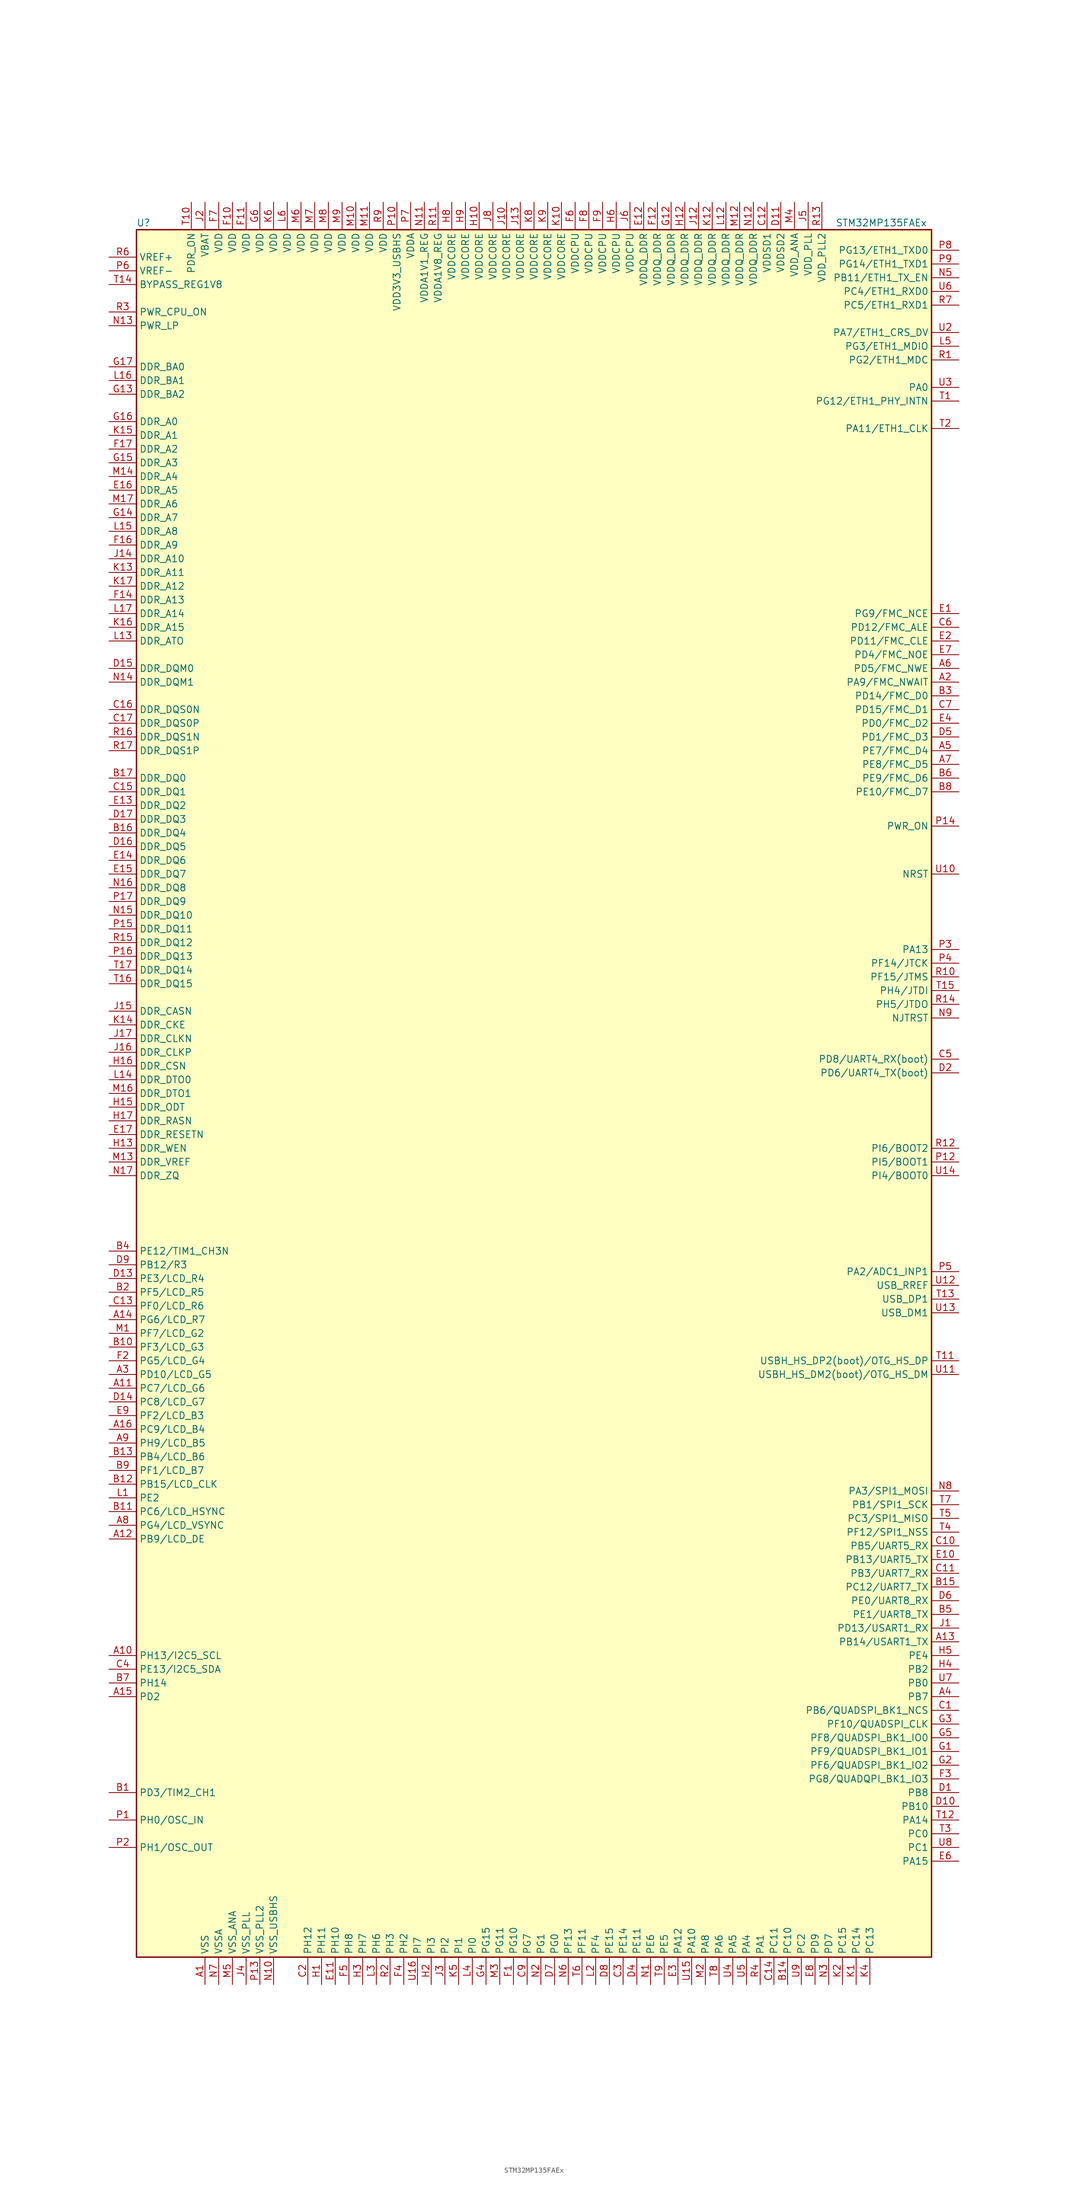
<source format=kicad_sym>
(kicad_symbol_lib
  (version 20231120)
  (generator "kicad_symbol_editor")
  (generator_version "8.0")
  (symbol "STM32MP135FAEx"
    (property "Reference" "U"
      (at -68.58 153.67 0)
      (effects (font (size 1.27 1.27)) (justify left)))
    (property "Value" "STM32MP135FAEx"
      (at 60.96 153.67 0)
      (effects (font (size 1.27 1.27)) (justify left)))
    (property "ki_locked" ""
      (at 0 0 0)
      (effects (font (size 1.27 1.27))))
    (symbol "STM32MP135FAEx_0_1"
      (rectangle (start -68.58 152.4) (end 78.74 -167.64) (stroke (width 0.254) (type default)) (fill (type background))))
    (symbol "STM32MP135FAEx_1_1"
      (pin power_in line (at -55.88 -172.72 90) (length 5.08) (name "VSS" (effects (font (size 1.27 1.27)))) (number "A1" (effects (font (size 1.27 1.27)))))
      (pin bidirectional line (at -73.66 -111.76 0) (length 5.08) (name "PH13/I2C5_SCL" (effects (font (size 1.27 1.27)))) (number "A10" (effects (font (size 1.27 1.27)))) (alternate "DEBUG_TRACED15" bidirectional line) (alternate "I2C5_SCL" bidirectional line) (alternate "I2S3_CK" bidirectional line) (alternate "LTDC_G2" bidirectional line) (alternate "LTDC_G3" bidirectional line) (alternate "SPI3_SCK" bidirectional line) (alternate "TIM8_CH1N" bidirectional line) (alternate "UART4_TX" bidirectional line) (alternate "USART2_CK" bidirectional line))
      (pin bidirectional line (at -73.66 -62.23 0) (length 5.08) (name "PC7/LCD_G6" (effects (font (size 1.27 1.27)))) (number "A11" (effects (font (size 1.27 1.27)))) (alternate "DEBUG_TRACED4" bidirectional line) (alternate "HDP_HDP4" bidirectional line) (alternate "I2S2_MCK" bidirectional line) (alternate "LTDC_G6" bidirectional line) (alternate "LTDC_R1" bidirectional line) (alternate "SDMMC1_D7" bidirectional line) (alternate "SDMMC2_CDIR" bidirectional line) (alternate "SDMMC2_D7" bidirectional line) (alternate "TIM3_CH2" bidirectional line) (alternate "TIM8_CH2" bidirectional line) (alternate "USART3_CTS" bidirectional line))
      (pin bidirectional line (at -73.66 -90.17 0) (length 5.08) (name "PB9/LCD_DE" (effects (font (size 1.27 1.27)))) (number "A12" (effects (font (size 1.27 1.27)))) (alternate "DEBUG_TRACED3" bidirectional line) (alternate "FDCAN1_TX" bidirectional line) (alternate "I2C4_SDA" bidirectional line) (alternate "LTDC_B1" bidirectional line) (alternate "LTDC_DE" bidirectional line) (alternate "SDMMC1_CDIR" bidirectional line) (alternate "SDMMC2_D5" bidirectional line) (alternate "TIM4_CH4" bidirectional line) (alternate "UART5_TX" bidirectional line))
      (pin bidirectional line (at 83.82 -109.22 180) (length 5.08) (name "PB14/USART1_TX" (effects (font (size 1.27 1.27)))) (number "A13" (effects (font (size 1.27 1.27)))) (alternate "DEBUG_TRACED0" bidirectional line) (alternate "LTDC_G5" bidirectional line) (alternate "LTDC_R0" bidirectional line) (alternate "SDMMC1_D4" bidirectional line) (alternate "SDMMC2_D0" bidirectional line) (alternate "TIM12_CH1" bidirectional line) (alternate "TIM1_CH2N" bidirectional line) (alternate "TIM8_CH2N" bidirectional line) (alternate "USART1_TX" bidirectional line))
      (pin bidirectional line (at -73.66 -49.53 0) (length 5.08) (name "PG6/LCD_R7" (effects (font (size 1.27 1.27)))) (number "A14" (effects (font (size 1.27 1.27)))) (alternate "DEBUG_TRACED3" bidirectional line) (alternate "HDP_HDP3" bidirectional line) (alternate "LTDC_DE" bidirectional line) (alternate "LTDC_G0" bidirectional line) (alternate "LTDC_R7" bidirectional line) (alternate "SAI2_D1" bidirectional line) (alternate "SAI2_SD_A" bidirectional line) (alternate "SDMMC2_CMD" bidirectional line) (alternate "TIM17_BKIN" bidirectional line) (alternate "TIM5_CH4" bidirectional line) (alternate "USART1_RX" bidirectional line))
      (pin bidirectional line (at -73.66 -119.38 0) (length 5.08) (name "PD2" (effects (font (size 1.27 1.27)))) (number "A15" (effects (font (size 1.27 1.27)))) (alternate "DEBUG_TRACED4" bidirectional line) (alternate "I2C1_SMBA" bidirectional line) (alternate "I2S3_WS" bidirectional line) (alternate "SAI2_D1" bidirectional line) (alternate "SDMMC1_CMD" bidirectional line) (alternate "SPI3_NSS" bidirectional line) (alternate "TIM3_ETR" bidirectional line) (alternate "USART3_RX" bidirectional line))
      (pin bidirectional line (at -73.66 -69.85 0) (length 5.08) (name "PC9/LCD_B4" (effects (font (size 1.27 1.27)))) (number "A16" (effects (font (size 1.27 1.27)))) (alternate "DEBUG_TRACED1" bidirectional line) (alternate "FDCAN1_TX" bidirectional line) (alternate "LTDC_B4" bidirectional line) (alternate "SDMMC1_D1" bidirectional line) (alternate "TIM3_CH4" bidirectional line) (alternate "TIM8_CH4" bidirectional line) (alternate "UART5_CTS" bidirectional line) (alternate "USART3_RTS" bidirectional line))
      (pin passive line (at -55.88 -172.72 90) (length 5.08) hide (name "VSS" (effects (font (size 1.27 1.27)))) (number "A17" (effects (font (size 1.27 1.27)))))
      (pin bidirectional line (at 83.82 68.58 180) (length 5.08) (name "PA9/FMC_NWAIT" (effects (font (size 1.27 1.27)))) (number "A2" (effects (font (size 1.27 1.27)))) (alternate "DCMIPP_D0" bidirectional line) (alternate "DFSDM1_DATIN0" bidirectional line) (alternate "FMC_NWAIT" bidirectional line) (alternate "I2C3_SMBA" bidirectional line) (alternate "LTDC_R6" bidirectional line) (alternate "TIM1_CH2" bidirectional line) (alternate "UART4_TX" bidirectional line) (alternate "USART1_TX" bidirectional line))
      (pin bidirectional line (at -73.66 -59.69 0) (length 5.08) (name "PD10/LCD_G5" (effects (font (size 1.27 1.27)))) (number "A3" (effects (font (size 1.27 1.27)))) (alternate "DCMIPP_VSYNC" bidirectional line) (alternate "FMC_D15" bidirectional line) (alternate "FMC_DA15" bidirectional line) (alternate "I2C5_SMBA" bidirectional line) (alternate "I2S4_WS" bidirectional line) (alternate "LTDC_B2" bidirectional line) (alternate "LTDC_B7" bidirectional line) (alternate "LTDC_G5" bidirectional line) (alternate "RTC_REFIN" bidirectional line) (alternate "SPI4_NSS" bidirectional line) (alternate "USART3_CK" bidirectional line))
      (pin bidirectional line (at 83.82 -119.38 180) (length 5.08) (name "PB7" (effects (font (size 1.27 1.27)))) (number "A4" (effects (font (size 1.27 1.27)))) (alternate "DCMIPP_D13" bidirectional line) (alternate "DCMIPP_PIXCLK" bidirectional line) (alternate "FMC_NCE2" bidirectional line) (alternate "FMC_NL" bidirectional line) (alternate "I2C4_SDA" bidirectional line) (alternate "I2S4_CK" bidirectional line) (alternate "TIM17_CH1N" bidirectional line) (alternate "TIM4_CH2" bidirectional line))
      (pin bidirectional line (at 83.82 55.88 180) (length 5.08) (name "PE7/FMC_D4" (effects (font (size 1.27 1.27)))) (number "A5" (effects (font (size 1.27 1.27)))) (alternate "FMC_D4" bidirectional line) (alternate "FMC_DA4" bidirectional line) (alternate "LPTIM2_IN1" bidirectional line) (alternate "LTDC_B3" bidirectional line) (alternate "LTDC_R5" bidirectional line) (alternate "TIM1_ETR" bidirectional line) (alternate "UART5_TX" bidirectional line))
      (pin bidirectional line (at 83.82 71.12 180) (length 5.08) (name "PD5/FMC_NWE" (effects (font (size 1.27 1.27)))) (number "A6" (effects (font (size 1.27 1.27)))) (alternate "FMC_NWE" bidirectional line) (alternate "LTDC_B0" bidirectional line) (alternate "LTDC_G4" bidirectional line) (alternate "QUADSPI_BK1_IO0" bidirectional line))
      (pin bidirectional line (at 83.82 53.34 180) (length 5.08) (name "PE8/FMC_D5" (effects (font (size 1.27 1.27)))) (number "A7" (effects (font (size 1.27 1.27)))) (alternate "DFSDM1_CKIN2" bidirectional line) (alternate "FMC_D5" bidirectional line) (alternate "FMC_DA5" bidirectional line) (alternate "I2C1_SDA" bidirectional line) (alternate "TIM1_CH1N" bidirectional line) (alternate "UART7_TX" bidirectional line))
      (pin bidirectional line (at -73.66 -87.63 0) (length 5.08) (name "PG4/LCD_VSYNC" (effects (font (size 1.27 1.27)))) (number "A8" (effects (font (size 1.27 1.27)))) (alternate "DCMIPP_D13" bidirectional line) (alternate "DCMIPP_D8" bidirectional line) (alternate "DEBUG_TRACED1" bidirectional line) (alternate "DFSDM1_CKIN3" bidirectional line) (alternate "FMC_A14" bidirectional line) (alternate "HDP_HDP1" bidirectional line) (alternate "LTDC_VSYNC" bidirectional line) (alternate "SDMMC2_D123DIR" bidirectional line) (alternate "TIM1_BKIN2" bidirectional line) (alternate "USART3_RX" bidirectional line))
      (pin bidirectional line (at -73.66 -72.39 0) (length 5.08) (name "PH9/LCD_B5" (effects (font (size 1.27 1.27)))) (number "A9" (effects (font (size 1.27 1.27)))) (alternate "DCMIPP_D13" bidirectional line) (alternate "DCMIPP_D8" bidirectional line) (alternate "DCMIPP_D9" bidirectional line) (alternate "FMC_A20" bidirectional line) (alternate "I2S4_CK" bidirectional line) (alternate "LTDC_B5" bidirectional line) (alternate "LTDC_DE" bidirectional line) (alternate "SPI4_SCK" bidirectional line) (alternate "TIM12_CH2" bidirectional line) (alternate "TIM1_CH4" bidirectional line))
      (pin bidirectional line (at -73.66 -137.16 0) (length 5.08) (name "PD3/TIM2_CH1" (effects (font (size 1.27 1.27)))) (number "B1" (effects (font (size 1.27 1.27)))) (alternate "DCMIPP_D5" bidirectional line) (alternate "DFSDM1_CKOUT" bidirectional line) (alternate "FMC_CLK" bidirectional line) (alternate "I2C1_SDA" bidirectional line) (alternate "SAI1_D3" bidirectional line) (alternate "TIM2_CH1" bidirectional line) (alternate "TIM2_ETR" bidirectional line) (alternate "USART2_CTS" bidirectional line) (alternate "USART2_NSS" bidirectional line))
      (pin bidirectional line (at -73.66 -54.61 0) (length 5.08) (name "PF3/LCD_G3" (effects (font (size 1.27 1.27)))) (number "B10" (effects (font (size 1.27 1.27)))) (alternate "FMC_A3" bidirectional line) (alternate "I2C5_SDA" bidirectional line) (alternate "I2S3_WS" bidirectional line) (alternate "I2S4_SDI" bidirectional line) (alternate "LPTIM2_IN2" bidirectional line) (alternate "LTDC_G3" bidirectional line) (alternate "SPI3_NSS" bidirectional line) (alternate "SPI4_MISO" bidirectional line))
      (pin bidirectional line (at -73.66 -85.09 0) (length 5.08) (name "PC6/LCD_HSYNC" (effects (font (size 1.27 1.27)))) (number "B11" (effects (font (size 1.27 1.27)))) (alternate "DEBUG_TRACED2" bidirectional line) (alternate "DFSDM1_DATIN0" bidirectional line) (alternate "FMC_A19" bidirectional line) (alternate "HDP_HDP2" bidirectional line) (alternate "I2S3_MCK" bidirectional line) (alternate "LTDC_B1" bidirectional line) (alternate "LTDC_HSYNC" bidirectional line) (alternate "LTDC_R6" bidirectional line) (alternate "SDMMC1_D6" bidirectional line) (alternate "SDMMC2_D0DIR" bidirectional line) (alternate "SDMMC2_D6" bidirectional line) (alternate "TIM3_CH1" bidirectional line) (alternate "TIM8_CH1" bidirectional line))
      (pin bidirectional line (at -73.66 -80.01 0) (length 5.08) (name "PB15/LCD_CLK" (effects (font (size 1.27 1.27)))) (number "B12" (effects (font (size 1.27 1.27)))) (alternate "ADC1_EXTI15" bidirectional line) (alternate "ADC2_EXTI15" bidirectional line) (alternate "DFSDM1_CKIN2" bidirectional line) (alternate "I2S4_SDO" bidirectional line) (alternate "LTDC_B0" bidirectional line) (alternate "LTDC_CLK" bidirectional line) (alternate "RTC_REFIN" bidirectional line) (alternate "SAI2_D2" bidirectional line) (alternate "SAI2_FS_A" bidirectional line) (alternate "SDMMC1_CKIN" bidirectional line) (alternate "SDMMC2_D1" bidirectional line) (alternate "SPI4_MOSI" bidirectional line) (alternate "TIM12_CH2" bidirectional line) (alternate "TIM1_CH3N" bidirectional line) (alternate "TIM8_CH3N" bidirectional line) (alternate "UART7_CTS" bidirectional line))
      (pin bidirectional line (at -73.66 -74.93 0) (length 5.08) (name "PB4/LCD_B6" (effects (font (size 1.27 1.27)))) (number "B13" (effects (font (size 1.27 1.27)))) (alternate "DEBUG_TRACED14" bidirectional line) (alternate "I2S4_CK" bidirectional line) (alternate "LTDC_B6" bidirectional line) (alternate "LTDC_G1" bidirectional line) (alternate "LTDC_R0" bidirectional line) (alternate "SAI2_CK2" bidirectional line) (alternate "SAI2_SCK_A" bidirectional line) (alternate "SDMMC2_D3" bidirectional line) (alternate "SPI4_SCK" bidirectional line) (alternate "TIM16_BKIN" bidirectional line) (alternate "TIM3_CH1" bidirectional line) (alternate "USART3_CK" bidirectional line))
      (pin bidirectional line (at 52.07 -172.72 90) (length 5.08) (name "PC10" (effects (font (size 1.27 1.27)))) (number "B14" (effects (font (size 1.27 1.27)))) (alternate "DEBUG_TRACED2" bidirectional line) (alternate "I2C1_SCL" bidirectional line) (alternate "I2S3_CK" bidirectional line) (alternate "SAI2_MCLK_B" bidirectional line) (alternate "SDMMC1_D2" bidirectional line) (alternate "SPI3_SCK" bidirectional line) (alternate "USART3_TX" bidirectional line))
      (pin bidirectional line (at 83.82 -99.06 180) (length 5.08) (name "PC12/UART7_TX" (effects (font (size 1.27 1.27)))) (number "B15" (effects (font (size 1.27 1.27)))) (alternate "DEBUG_TRACECLK" bidirectional line) (alternate "LTDC_DE" bidirectional line) (alternate "SAI2_SD_B" bidirectional line) (alternate "SDMMC1_CK" bidirectional line) (alternate "UART7_TX" bidirectional line))
      (pin bidirectional line (at -73.66 40.64 0) (length 5.08) (name "DDR_DQ4" (effects (font (size 1.27 1.27)))) (number "B16" (effects (font (size 1.27 1.27)))) (alternate "DDR_DQ4" bidirectional line))
      (pin bidirectional line (at -73.66 50.8 0) (length 5.08) (name "DDR_DQ0" (effects (font (size 1.27 1.27)))) (number "B17" (effects (font (size 1.27 1.27)))) (alternate "DDR_DQ0" bidirectional line))
      (pin bidirectional line (at -73.66 -44.45 0) (length 5.08) (name "PF5/LCD_R5" (effects (font (size 1.27 1.27)))) (number "B2" (effects (font (size 1.27 1.27)))) (alternate "DCMIPP_D11" bidirectional line) (alternate "DEBUG_TRACED12" bidirectional line) (alternate "DFSDM1_CKIN0" bidirectional line) (alternate "FMC_A5" bidirectional line) (alternate "I2C1_SMBA" bidirectional line) (alternate "LTDC_G0" bidirectional line) (alternate "LTDC_R5" bidirectional line))
      (pin bidirectional line (at 83.82 66.04 180) (length 5.08) (name "PD14/FMC_D0" (effects (font (size 1.27 1.27)))) (number "B3" (effects (font (size 1.27 1.27)))) (alternate "DCMIPP_D8" bidirectional line) (alternate "FMC_D0" bidirectional line) (alternate "FMC_DA0" bidirectional line) (alternate "I2C3_SDA" bidirectional line) (alternate "LTDC_R4" bidirectional line) (alternate "TIM4_CH3" bidirectional line) (alternate "UART8_CTS" bidirectional line) (alternate "USART1_RX" bidirectional line))
      (pin bidirectional line (at -73.66 -36.83 0) (length 5.08) (name "PE12/TIM1_CH3N" (effects (font (size 1.27 1.27)))) (number "B4" (effects (font (size 1.27 1.27)))) (alternate "DCMIPP_D11" bidirectional line) (alternate "FMC_D9" bidirectional line) (alternate "FMC_DA9" bidirectional line) (alternate "HDP_HDP4" bidirectional line) (alternate "I2S4_CK" bidirectional line) (alternate "LTDC_G4" bidirectional line) (alternate "LTDC_G6" bidirectional line) (alternate "LTDC_VSYNC" bidirectional line) (alternate "SPI4_SCK" bidirectional line) (alternate "TIM1_CH3N" bidirectional line) (alternate "UART8_DE" bidirectional line) (alternate "UART8_RTS" bidirectional line))
      (pin bidirectional line (at 83.82 -104.14 180) (length 5.08) (name "PE1/UART8_TX" (effects (font (size 1.27 1.27)))) (number "B5" (effects (font (size 1.27 1.27)))) (alternate "DCMIPP_D12" bidirectional line) (alternate "DCMIPP_D3" bidirectional line) (alternate "FMC_NBL1" bidirectional line) (alternate "LPTIM1_IN2" bidirectional line) (alternate "LTDC_HSYNC" bidirectional line) (alternate "LTDC_R4" bidirectional line) (alternate "UART8_TX" bidirectional line))
      (pin bidirectional line (at 83.82 50.8 180) (length 5.08) (name "PE9/FMC_D6" (effects (font (size 1.27 1.27)))) (number "B6" (effects (font (size 1.27 1.27)))) (alternate "DCMIPP_D7" bidirectional line) (alternate "FMC_D6" bidirectional line) (alternate "FMC_DA6" bidirectional line) (alternate "HDP_HDP3" bidirectional line) (alternate "LTDC_HSYNC" bidirectional line) (alternate "LTDC_R7" bidirectional line) (alternate "QUADSPI_BK1_IO1" bidirectional line) (alternate "TIM1_CH1" bidirectional line))
      (pin bidirectional line (at -73.66 -116.84 0) (length 5.08) (name "PH14" (effects (font (size 1.27 1.27)))) (number "B7" (effects (font (size 1.27 1.27)))) (alternate "DCMIPP_D2" bidirectional line) (alternate "DCMIPP_D8" bidirectional line) (alternate "DCMIPP_PIXCLK" bidirectional line) (alternate "DFSDM1_DATIN2" bidirectional line) (alternate "I2C3_SDA" bidirectional line) (alternate "LTDC_B4" bidirectional line) (alternate "UART4_RX" bidirectional line))
      (pin bidirectional line (at 83.82 48.26 180) (length 5.08) (name "PE10/FMC_D7" (effects (font (size 1.27 1.27)))) (number "B8" (effects (font (size 1.27 1.27)))) (alternate "FDCAN1_TX" bidirectional line) (alternate "FMC_D7" bidirectional line) (alternate "FMC_DA7" bidirectional line) (alternate "TIM1_CH2N" bidirectional line) (alternate "UART7_RX" bidirectional line))
      (pin bidirectional line (at -73.66 -77.47 0) (length 5.08) (name "PF1/LCD_B7" (effects (font (size 1.27 1.27)))) (number "B9" (effects (font (size 1.27 1.27)))) (alternate "DEBUG_TRACED7" bidirectional line) (alternate "FMC_A1" bidirectional line) (alternate "HDP_HDP7" bidirectional line) (alternate "I2C2_SDA" bidirectional line) (alternate "I2S3_SDO" bidirectional line) (alternate "LTDC_B7" bidirectional line) (alternate "LTDC_G1" bidirectional line) (alternate "SPI3_MOSI" bidirectional line))
      (pin bidirectional line (at 83.82 -121.92 180) (length 5.08) (name "PB6/QUADSPI_BK1_NCS" (effects (font (size 1.27 1.27)))) (number "C1" (effects (font (size 1.27 1.27)))) (alternate "DCMIPP_D5" bidirectional line) (alternate "DEBUG_TRACED6" bidirectional line) (alternate "ETH2_MDIO" bidirectional line) (alternate "FMC_NE3" bidirectional line) (alternate "HDP_HDP6" bidirectional line) (alternate "LTDC_B6" bidirectional line) (alternate "LTDC_B7" bidirectional line) (alternate "QUADSPI_BK1_NCS" bidirectional line) (alternate "SAI1_CK2" bidirectional line) (alternate "TIM16_CH1N" bidirectional line) (alternate "TIM4_CH1" bidirectional line) (alternate "TIM8_CH1" bidirectional line) (alternate "USART1_TX" bidirectional line))
      (pin bidirectional line (at 83.82 -91.44 180) (length 5.08) (name "PB5/UART5_RX" (effects (font (size 1.27 1.27)))) (number "C10" (effects (font (size 1.27 1.27)))) (alternate "DEBUG_TRACED4" bidirectional line) (alternate "FDCAN2_RX" bidirectional line) (alternate "I2C4_SMBA" bidirectional line) (alternate "I2S2_SDI" bidirectional line) (alternate "LTDC_B6" bidirectional line) (alternate "LTDC_DE" bidirectional line) (alternate "SDMMC1_CKIN" bidirectional line) (alternate "SPI2_MISO" bidirectional line) (alternate "TIM17_BKIN" bidirectional line) (alternate "TIM3_CH2" bidirectional line) (alternate "UART5_RX" bidirectional line))
      (pin bidirectional line (at 83.82 -96.52 180) (length 5.08) (name "PB3/UART7_RX" (effects (font (size 1.27 1.27)))) (number "C11" (effects (font (size 1.27 1.27)))) (alternate "DEBUG_TRACED2" bidirectional line) (alternate "I2S4_WS" bidirectional line) (alternate "LTDC_B2" bidirectional line) (alternate "LTDC_R6" bidirectional line) (alternate "SAI2_CK1" bidirectional line) (alternate "SAI2_MCLK_A" bidirectional line) (alternate "SDMMC1_D123DIR" bidirectional line) (alternate "SDMMC2_D2" bidirectional line) (alternate "SPI4_NSS" bidirectional line) (alternate "TIM2_CH2" bidirectional line) (alternate "UART7_RX" bidirectional line))
      (pin power_in line (at 48.26 157.48 270) (length 5.08) (name "VDDSD1" (effects (font (size 1.27 1.27)))) (number "C12" (effects (font (size 1.27 1.27)))))
      (pin bidirectional line (at -73.66 -46.99 0) (length 5.08) (name "PF0/LCD_R6" (effects (font (size 1.27 1.27)))) (number "C13" (effects (font (size 1.27 1.27)))) (alternate "DEBUG_TRACED13" bidirectional line) (alternate "DFSDM1_CKOUT" bidirectional line) (alternate "FMC_A0" bidirectional line) (alternate "LTDC_G0" bidirectional line) (alternate "LTDC_R6" bidirectional line) (alternate "SDMMC2_D4" bidirectional line) (alternate "USART3_CK" bidirectional line))
      (pin bidirectional line (at 49.53 -172.72 90) (length 5.08) (name "PC11" (effects (font (size 1.27 1.27)))) (number "C14" (effects (font (size 1.27 1.27)))) (alternate "ADC1_EXTI11" bidirectional line) (alternate "ADC2_EXTI11" bidirectional line) (alternate "DEBUG_TRACED3" bidirectional line) (alternate "I2C1_SDA" bidirectional line) (alternate "I2S3_SDO" bidirectional line) (alternate "SAI2_SCK_B" bidirectional line) (alternate "SDMMC1_D3" bidirectional line) (alternate "SPI3_MOSI" bidirectional line) (alternate "UART5_RX" bidirectional line) (alternate "USART3_CK" bidirectional line))
      (pin bidirectional line (at -73.66 48.26 0) (length 5.08) (name "DDR_DQ1" (effects (font (size 1.27 1.27)))) (number "C15" (effects (font (size 1.27 1.27)))) (alternate "DDR_DQ1" bidirectional line))
      (pin bidirectional line (at -73.66 63.5 0) (length 5.08) (name "DDR_DQS0N" (effects (font (size 1.27 1.27)))) (number "C16" (effects (font (size 1.27 1.27)))) (alternate "DDR_DQS0N" bidirectional line))
      (pin bidirectional line (at -73.66 60.96 0) (length 5.08) (name "DDR_DQS0P" (effects (font (size 1.27 1.27)))) (number "C17" (effects (font (size 1.27 1.27)))) (alternate "DDR_DQS0P" bidirectional line))
      (pin bidirectional line (at -36.83 -172.72 90) (length 5.08) (name "PH12" (effects (font (size 1.27 1.27)))) (number "C2" (effects (font (size 1.27 1.27)))) (alternate "DCMIPP_D3" bidirectional line) (alternate "DFSDM1_CKIN1" bidirectional line) (alternate "ETH1_CRS" bidirectional line) (alternate "FMC_A6" bidirectional line) (alternate "I2C3_SCL" bidirectional line) (alternate "QUADSPI_BK2_IO2" bidirectional line) (alternate "SAI1_CK2" bidirectional line) (alternate "SAI1_SCK_A" bidirectional line) (alternate "SPI5_MOSI" bidirectional line) (alternate "TIM5_CH3" bidirectional line) (alternate "USART2_TX" bidirectional line))
      (pin bidirectional line (at 21.59 -172.72 90) (length 5.08) (name "PE14" (effects (font (size 1.27 1.27)))) (number "C3" (effects (font (size 1.27 1.27)))) (alternate "DCMIPP_D7" bidirectional line) (alternate "FMC_D11" bidirectional line) (alternate "FMC_DA11" bidirectional line) (alternate "LTDC_G0" bidirectional line) (alternate "QUADSPI_BK1_NCS" bidirectional line) (alternate "QUADSPI_BK2_IO2" bidirectional line) (alternate "SAI1_D4" bidirectional line) (alternate "TAMP_IN6" bidirectional line) (alternate "TIM1_BKIN" bidirectional line) (alternate "UART8_DE" bidirectional line) (alternate "UART8_RTS" bidirectional line))
      (pin bidirectional line (at -73.66 -114.3 0) (length 5.08) (name "PE13/I2C5_SDA" (effects (font (size 1.27 1.27)))) (number "C4" (effects (font (size 1.27 1.27)))) (alternate "DCMIPP_D4" bidirectional line) (alternate "FMC_D10" bidirectional line) (alternate "FMC_DA10" bidirectional line) (alternate "I2C5_SDA" bidirectional line) (alternate "I2S4_SDI" bidirectional line) (alternate "LTDC_B1" bidirectional line) (alternate "LTDC_R6" bidirectional line) (alternate "SPI4_MISO" bidirectional line) (alternate "TIM1_CH3" bidirectional line))
      (pin bidirectional line (at 83.82 -1.27 180) (length 5.08) (name "PD8/UART4_RX(boot)" (effects (font (size 1.27 1.27)))) (number "C5" (effects (font (size 1.27 1.27)))) (alternate "DCMIPP_D3" bidirectional line) (alternate "DCMIPP_D9" bidirectional line) (alternate "I2S4_WS" bidirectional line) (alternate "UART4_RX" bidirectional line) (alternate "USART2_TX" bidirectional line) (alternate "USART3_TX" bidirectional line))
      (pin bidirectional line (at 83.82 78.74 180) (length 5.08) (name "PD12/FMC_ALE" (effects (font (size 1.27 1.27)))) (number "C6" (effects (font (size 1.27 1.27)))) (alternate "DCMIPP_D6" bidirectional line) (alternate "FMC_A17" bidirectional line) (alternate "FMC_ALE" bidirectional line) (alternate "I2C1_SCL" bidirectional line) (alternate "LPTIM1_IN1" bidirectional line) (alternate "TIM4_CH1" bidirectional line) (alternate "USART3_DE" bidirectional line) (alternate "USART3_RTS" bidirectional line))
      (pin bidirectional line (at 83.82 63.5 180) (length 5.08) (name "PD15/FMC_D1" (effects (font (size 1.27 1.27)))) (number "C7" (effects (font (size 1.27 1.27)))) (alternate "ADC1_EXTI15" bidirectional line) (alternate "ADC2_EXTI15" bidirectional line) (alternate "DFSDM1_DATIN2" bidirectional line) (alternate "FMC_D1" bidirectional line) (alternate "FMC_DA1" bidirectional line) (alternate "LTDC_B5" bidirectional line) (alternate "QUADSPI_BK1_IO3" bidirectional line) (alternate "TIM4_CH4" bidirectional line) (alternate "USART2_RX" bidirectional line))
      (pin passive line (at -55.88 -172.72 90) (length 5.08) hide (name "VSS" (effects (font (size 1.27 1.27)))) (number "C8" (effects (font (size 1.27 1.27)))))
      (pin bidirectional line (at 3.81 -172.72 90) (length 5.08) (name "PG7" (effects (font (size 1.27 1.27)))) (number "C9" (effects (font (size 1.27 1.27)))) (alternate "DEBUG_TRACED8" bidirectional line) (alternate "I2S3_SDI" bidirectional line) (alternate "LTDC_R1" bidirectional line) (alternate "LTDC_R2" bidirectional line) (alternate "LTDC_R5" bidirectional line) (alternate "SDMMC2_CKIN" bidirectional line) (alternate "SPI3_MISO" bidirectional line) (alternate "TIM1_ETR" bidirectional line) (alternate "UART7_CTS" bidirectional line))
      (pin bidirectional line (at 83.82 -137.16 180) (length 5.08) (name "PB8" (effects (font (size 1.27 1.27)))) (number "D1" (effects (font (size 1.27 1.27)))) (alternate "DCMIPP_D6" bidirectional line) (alternate "DFSDM1_DATIN1" bidirectional line) (alternate "FMC_D13" bidirectional line) (alternate "FMC_DA13" bidirectional line) (alternate "I2C1_SCL" bidirectional line) (alternate "I2C3_SCL" bidirectional line) (alternate "SAI1_D1" bidirectional line) (alternate "TIM16_CH1" bidirectional line) (alternate "TIM4_CH3" bidirectional line) (alternate "UART4_RX" bidirectional line))
      (pin bidirectional line (at 83.82 -139.7 180) (length 5.08) (name "PB10" (effects (font (size 1.27 1.27)))) (number "D10" (effects (font (size 1.27 1.27)))) (alternate "I2C5_SMBA" bidirectional line) (alternate "I2S2_CK" bidirectional line) (alternate "I2S4_WS" bidirectional line) (alternate "LPTIM2_IN1" bidirectional line) (alternate "LTDC_R3" bidirectional line) (alternate "SPI2_SCK" bidirectional line) (alternate "SPI4_NSS" bidirectional line) (alternate "TIM2_CH3" bidirectional line))
      (pin power_in line (at 50.8 157.48 270) (length 5.08) (name "VDDSD2" (effects (font (size 1.27 1.27)))) (number "D11" (effects (font (size 1.27 1.27)))))
      (pin passive line (at -55.88 -172.72 90) (length 5.08) hide (name "VSS" (effects (font (size 1.27 1.27)))) (number "D12" (effects (font (size 1.27 1.27)))))
      (pin bidirectional line (at -73.66 -41.91 0) (length 5.08) (name "PE3/LCD_R4" (effects (font (size 1.27 1.27)))) (number "D13" (effects (font (size 1.27 1.27)))) (alternate "DEBUG_TRACED11" bidirectional line) (alternate "FDCAN1_RX" bidirectional line) (alternate "I2S4_SDI" bidirectional line) (alternate "LTDC_R4" bidirectional line) (alternate "SAI2_D4" bidirectional line) (alternate "SDMMC2_CK" bidirectional line) (alternate "SPI4_MISO" bidirectional line) (alternate "TIM15_BKIN" bidirectional line) (alternate "USART3_DE" bidirectional line) (alternate "USART3_RTS" bidirectional line))
      (pin bidirectional line (at -73.66 -64.77 0) (length 5.08) (name "PC8/LCD_G7" (effects (font (size 1.27 1.27)))) (number "D14" (effects (font (size 1.27 1.27)))) (alternate "DEBUG_TRACED0" bidirectional line) (alternate "I2S3_SDI" bidirectional line) (alternate "LTDC_G7" bidirectional line) (alternate "SAI2_FS_B" bidirectional line) (alternate "SDMMC1_D0" bidirectional line) (alternate "SPI3_MISO" bidirectional line) (alternate "TIM3_CH3" bidirectional line) (alternate "TIM8_CH3" bidirectional line) (alternate "UART5_DE" bidirectional line) (alternate "UART5_RTS" bidirectional line) (alternate "USART3_CTS" bidirectional line) (alternate "USART6_CK" bidirectional line))
      (pin bidirectional line (at -73.66 71.12 0) (length 5.08) (name "DDR_DQM0" (effects (font (size 1.27 1.27)))) (number "D15" (effects (font (size 1.27 1.27)))) (alternate "DDR_DQM0" bidirectional line))
      (pin bidirectional line (at -73.66 38.1 0) (length 5.08) (name "DDR_DQ5" (effects (font (size 1.27 1.27)))) (number "D16" (effects (font (size 1.27 1.27)))) (alternate "DDR_DQ5" bidirectional line))
      (pin bidirectional line (at -73.66 43.18 0) (length 5.08) (name "DDR_DQ3" (effects (font (size 1.27 1.27)))) (number "D17" (effects (font (size 1.27 1.27)))) (alternate "DDR_DQ3" bidirectional line))
      (pin bidirectional line (at 83.82 -3.81 180) (length 5.08) (name "PD6/UART4_TX(boot)" (effects (font (size 1.27 1.27)))) (number "D2" (effects (font (size 1.27 1.27)))) (alternate "DCMIPP_D0" bidirectional line) (alternate "DCMIPP_D4" bidirectional line) (alternate "SAI1_D1" bidirectional line) (alternate "SAI1_SD_A" bidirectional line) (alternate "TIM16_CH1N" bidirectional line) (alternate "UART4_TX" bidirectional line))
      (pin passive line (at -55.88 -172.72 90) (length 5.08) hide (name "VSS" (effects (font (size 1.27 1.27)))) (number "D3" (effects (font (size 1.27 1.27)))))
      (pin bidirectional line (at 24.13 -172.72 90) (length 5.08) (name "PE11" (effects (font (size 1.27 1.27)))) (number "D4" (effects (font (size 1.27 1.27)))) (alternate "ADC1_EXTI11" bidirectional line) (alternate "ADC2_EXTI11" bidirectional line) (alternate "DCMIPP_D10" bidirectional line) (alternate "ETH1_TX_ER" bidirectional line) (alternate "ETH2_TX_ER" bidirectional line) (alternate "FMC_D8" bidirectional line) (alternate "FMC_DA8" bidirectional line) (alternate "I2S4_SDO" bidirectional line) (alternate "LTDC_R0" bidirectional line) (alternate "LTDC_R5" bidirectional line) (alternate "SAI1_D2" bidirectional line) (alternate "SAI1_FS_A" bidirectional line) (alternate "SPI4_MOSI" bidirectional line) (alternate "TIM1_CH2" bidirectional line) (alternate "USART2_CTS" bidirectional line) (alternate "USART2_NSS" bidirectional line) (alternate "USART6_CK" bidirectional line))
      (pin bidirectional line (at 83.82 58.42 180) (length 5.08) (name "PD1/FMC_D3" (effects (font (size 1.27 1.27)))) (number "D5" (effects (font (size 1.27 1.27)))) (alternate "DCMIPP_D13" bidirectional line) (alternate "FMC_D3" bidirectional line) (alternate "FMC_DA3" bidirectional line) (alternate "I2C5_SCL" bidirectional line) (alternate "I2S4_SDO" bidirectional line) (alternate "LTDC_B6" bidirectional line) (alternate "LTDC_G2" bidirectional line) (alternate "QUADSPI_BK1_NCS" bidirectional line) (alternate "SPI4_MOSI" bidirectional line) (alternate "UART4_TX" bidirectional line))
      (pin bidirectional line (at 83.82 -101.6 180) (length 5.08) (name "PE0/UART8_RX" (effects (font (size 1.27 1.27)))) (number "D6" (effects (font (size 1.27 1.27)))) (alternate "DCMIPP_D1" bidirectional line) (alternate "DCMIPP_D12" bidirectional line) (alternate "FDCAN2_RX" bidirectional line) (alternate "FMC_A11" bidirectional line) (alternate "LTDC_B1" bidirectional line) (alternate "LTDC_B5" bidirectional line) (alternate "UART8_RX" bidirectional line))
      (pin bidirectional line (at 8.89 -172.72 90) (length 5.08) (name "PG0" (effects (font (size 1.27 1.27)))) (number "D7" (effects (font (size 1.27 1.27)))) (alternate "DCMIPP_PIXCLK" bidirectional line) (alternate "FDCAN2_TX" bidirectional line) (alternate "FMC_A10" bidirectional line) (alternate "LTDC_G5" bidirectional line))
      (pin bidirectional line (at 19.05 -172.72 90) (length 5.08) (name "PE15" (effects (font (size 1.27 1.27)))) (number "D8" (effects (font (size 1.27 1.27)))) (alternate "ADC1_EXTI15" bidirectional line) (alternate "ADC2_EXTI15" bidirectional line) (alternate "DCMIPP_D10" bidirectional line) (alternate "FMC_D12" bidirectional line) (alternate "FMC_DA12" bidirectional line) (alternate "HDP_HDP7" bidirectional line) (alternate "I2C4_SCL" bidirectional line) (alternate "LTDC_B7" bidirectional line) (alternate "TIM1_BKIN" bidirectional line) (alternate "TIM2_CH1" bidirectional line) (alternate "TIM2_ETR" bidirectional line) (alternate "USART2_CTS" bidirectional line) (alternate "USART2_NSS" bidirectional line))
      (pin bidirectional line (at -73.66 -39.37 0) (length 5.08) (name "PB12/R3" (effects (font (size 1.27 1.27)))) (number "D9" (effects (font (size 1.27 1.27)))) (alternate "DEBUG_TRACED10" bidirectional line) (alternate "DFSDM1_DATIN1" bidirectional line) (alternate "I2C2_SMBA" bidirectional line) (alternate "LTDC_R3" bidirectional line) (alternate "LTDC_VSYNC" bidirectional line) (alternate "SDMMC1_D5" bidirectional line) (alternate "UART5_RX" bidirectional line) (alternate "UART7_DE" bidirectional line) (alternate "UART7_RTS" bidirectional line))
      (pin bidirectional line (at 83.82 81.28 180) (length 5.08) (name "PG9/FMC_NCE" (effects (font (size 1.27 1.27)))) (number "E1" (effects (font (size 1.27 1.27)))) (alternate "DCMIPP_VSYNC" bidirectional line) (alternate "DEBUG_DBTRGO" bidirectional line) (alternate "FDCAN1_RX" bidirectional line) (alternate "FMC_NCE" bidirectional line) (alternate "FMC_NE2" bidirectional line) (alternate "I2C2_SDA" bidirectional line) (alternate "SPDIFRX_IN3" bidirectional line) (alternate "USART6_RX" bidirectional line))
      (pin bidirectional line (at 83.82 -93.98 180) (length 5.08) (name "PB13/UART5_TX" (effects (font (size 1.27 1.27)))) (number "E10" (effects (font (size 1.27 1.27)))) (alternate "DEBUG_TRACECLK" bidirectional line) (alternate "FDCAN2_TX" bidirectional line) (alternate "I2C4_SCL" bidirectional line) (alternate "I2S2_WS" bidirectional line) (alternate "LPTIM2_OUT" bidirectional line) (alternate "LTDC_CLK" bidirectional line) (alternate "SDMMC1_D123DIR" bidirectional line) (alternate "SPI2_NSS" bidirectional line) (alternate "TIM1_CH1N" bidirectional line) (alternate "UART5_TX" bidirectional line))
      (pin bidirectional line (at -31.75 -172.72 90) (length 5.08) (name "PH10" (effects (font (size 1.27 1.27)))) (number "E11" (effects (font (size 1.27 1.27)))) (alternate "DEBUG_TRACED0" bidirectional line) (alternate "DFSDM1_DATIN2" bidirectional line) (alternate "HDP_HDP0" bidirectional line) (alternate "I2S2_SDO" bidirectional line) (alternate "I2S3_MCK" bidirectional line) (alternate "LTDC_HSYNC" bidirectional line) (alternate "LTDC_R2" bidirectional line) (alternate "SAI2_D3" bidirectional line) (alternate "SDMMC1_D4" bidirectional line) (alternate "SPI2_MOSI" bidirectional line) (alternate "TIM5_CH1" bidirectional line) (alternate "USART3_CTS" bidirectional line) (alternate "USART3_NSS" bidirectional line))
      (pin power_in line (at 25.4 157.48 270) (length 5.08) (name "VDDQ_DDR" (effects (font (size 1.27 1.27)))) (number "E12" (effects (font (size 1.27 1.27)))))
      (pin bidirectional line (at -73.66 45.72 0) (length 5.08) (name "DDR_DQ2" (effects (font (size 1.27 1.27)))) (number "E13" (effects (font (size 1.27 1.27)))) (alternate "DDR_DQ2" bidirectional line))
      (pin bidirectional line (at -73.66 35.56 0) (length 5.08) (name "DDR_DQ6" (effects (font (size 1.27 1.27)))) (number "E14" (effects (font (size 1.27 1.27)))) (alternate "DDR_DQ6" bidirectional line))
      (pin bidirectional line (at -73.66 33.02 0) (length 5.08) (name "DDR_DQ7" (effects (font (size 1.27 1.27)))) (number "E15" (effects (font (size 1.27 1.27)))) (alternate "DDR_DQ7" bidirectional line))
      (pin bidirectional line (at -73.66 104.14 0) (length 5.08) (name "DDR_A5" (effects (font (size 1.27 1.27)))) (number "E16" (effects (font (size 1.27 1.27)))) (alternate "DDR_A5" bidirectional line))
      (pin bidirectional line (at -73.66 -15.24 0) (length 5.08) (name "DDR_RESETN" (effects (font (size 1.27 1.27)))) (number "E17" (effects (font (size 1.27 1.27)))) (alternate "DDR_RESETN" bidirectional line))
      (pin bidirectional line (at 83.82 76.2 180) (length 5.08) (name "PD11/FMC_CLE" (effects (font (size 1.27 1.27)))) (number "E2" (effects (font (size 1.27 1.27)))) (alternate "ADC1_EXTI11" bidirectional line) (alternate "ADC2_EXTI11" bidirectional line) (alternate "DCMIPP_D4" bidirectional line) (alternate "ETH2_CLK125" bidirectional line) (alternate "FMC_A16" bidirectional line) (alternate "FMC_CLE" bidirectional line) (alternate "I2C4_SMBA" bidirectional line) (alternate "LPTIM2_IN2" bidirectional line) (alternate "LTDC_R7" bidirectional line) (alternate "QUADSPI_BK1_IO2" bidirectional line) (alternate "SPDIFRX_IN0" bidirectional line) (alternate "UART7_RX" bidirectional line) (alternate "USART3_CTS" bidirectional line) (alternate "USART3_NSS" bidirectional line))
      (pin bidirectional line (at 31.75 -172.72 90) (length 5.08) (name "PA12" (effects (font (size 1.27 1.27)))) (number "E3" (effects (font (size 1.27 1.27)))) (alternate "DCMIPP_D1" bidirectional line) (alternate "ETH2_CRS_DV" bidirectional line) (alternate "ETH2_RX_CTL" bidirectional line) (alternate "ETH2_RX_DV" bidirectional line) (alternate "FMC_A7" bidirectional line) (alternate "LTDC_G6" bidirectional line) (alternate "SAI2_MCLK_A" bidirectional line) (alternate "TIM1_ETR" bidirectional line) (alternate "USART1_DE" bidirectional line) (alternate "USART1_RTS" bidirectional line))
      (pin bidirectional line (at 83.82 60.96 180) (length 5.08) (name "PD0/FMC_D2" (effects (font (size 1.27 1.27)))) (number "E4" (effects (font (size 1.27 1.27)))) (alternate "DCMIPP_D1" bidirectional line) (alternate "FDCAN1_RX" bidirectional line) (alternate "FMC_D2" bidirectional line) (alternate "FMC_DA2" bidirectional line) (alternate "SAI1_CK1" bidirectional line) (alternate "SAI1_MCLK_A" bidirectional line))
      (pin passive line (at -55.88 -172.72 90) (length 5.08) hide (name "VSS" (effects (font (size 1.27 1.27)))) (number "E5" (effects (font (size 1.27 1.27)))))
      (pin bidirectional line (at 83.82 -149.86 180) (length 5.08) (name "PA15" (effects (font (size 1.27 1.27)))) (number "E6" (effects (font (size 1.27 1.27)))) (alternate "ADC1_EXTI15" bidirectional line) (alternate "ADC2_EXTI15" bidirectional line) (alternate "DCMIPP_D14" bidirectional line) (alternate "DCMIPP_D5" bidirectional line) (alternate "DEBUG_TRACED5" bidirectional line) (alternate "FMC_A9" bidirectional line) (alternate "HDP_HDP5" bidirectional line) (alternate "I2S4_MCK" bidirectional line) (alternate "LTDC_G7" bidirectional line) (alternate "LTDC_R0" bidirectional line) (alternate "TIM2_CH1" bidirectional line) (alternate "TIM2_ETR" bidirectional line) (alternate "UART4_DE" bidirectional line) (alternate "UART4_RTS" bidirectional line) (alternate "UART4_RX" bidirectional line))
      (pin bidirectional line (at 83.82 73.66 180) (length 5.08) (name "PD4/FMC_NOE" (effects (font (size 1.27 1.27)))) (number "E7" (effects (font (size 1.27 1.27)))) (alternate "DFSDM1_CKIN0" bidirectional line) (alternate "FMC_NOE" bidirectional line) (alternate "I2S3_SDI" bidirectional line) (alternate "LTDC_R1" bidirectional line) (alternate "LTDC_R4" bidirectional line) (alternate "LTDC_R6" bidirectional line) (alternate "QUADSPI_CLK" bidirectional line) (alternate "SPI3_MISO" bidirectional line) (alternate "USART2_DE" bidirectional line) (alternate "USART2_RTS" bidirectional line))
      (pin bidirectional line (at 57.15 -172.72 90) (length 5.08) (name "PD9" (effects (font (size 1.27 1.27)))) (number "E8" (effects (font (size 1.27 1.27)))) (alternate "DEBUG_TRACECLK" bidirectional line) (alternate "DFSDM1_DATIN3" bidirectional line) (alternate "FMC_D14" bidirectional line) (alternate "FMC_DA14" bidirectional line) (alternate "LTDC_B0" bidirectional line) (alternate "LTDC_B5" bidirectional line) (alternate "LTDC_CLK" bidirectional line) (alternate "SDMMC2_CDIR" bidirectional line))
      (pin bidirectional line (at -73.66 -67.31 0) (length 5.08) (name "PF2/LCD_B3" (effects (font (size 1.27 1.27)))) (number "E9" (effects (font (size 1.27 1.27)))) (alternate "DEBUG_TRACED1" bidirectional line) (alternate "DFSDM1_CKIN1" bidirectional line) (alternate "FMC_A2" bidirectional line) (alternate "I2C2_SCL" bidirectional line) (alternate "LTDC_B3" bidirectional line) (alternate "LTDC_G4" bidirectional line) (alternate "SDMMC1_D0DIR" bidirectional line) (alternate "SDMMC2_D0DIR" bidirectional line) (alternate "USART6_CK" bidirectional line))
      (pin bidirectional line (at 1.27 -172.72 90) (length 5.08) (name "PG10" (effects (font (size 1.27 1.27)))) (number "F1" (effects (font (size 1.27 1.27)))) (alternate "DCMIPP_D2" bidirectional line) (alternate "FDCAN1_TX" bidirectional line) (alternate "FMC_NE3" bidirectional line) (alternate "QUADSPI_BK2_IO1" bidirectional line) (alternate "SAI1_SD_B" bidirectional line) (alternate "SPI5_SCK" bidirectional line) (alternate "UART8_CTS" bidirectional line))
      (pin power_in line (at -50.8 157.48 270) (length 5.08) (name "VDD" (effects (font (size 1.27 1.27)))) (number "F10" (effects (font (size 1.27 1.27)))))
      (pin power_in line (at -48.26 157.48 270) (length 5.08) (name "VDD" (effects (font (size 1.27 1.27)))) (number "F11" (effects (font (size 1.27 1.27)))))
      (pin power_in line (at 27.94 157.48 270) (length 5.08) (name "VDDQ_DDR" (effects (font (size 1.27 1.27)))) (number "F12" (effects (font (size 1.27 1.27)))))
      (pin passive line (at -55.88 -172.72 90) (length 5.08) hide (name "VSS" (effects (font (size 1.27 1.27)))) (number "F13" (effects (font (size 1.27 1.27)))))
      (pin bidirectional line (at -73.66 83.82 0) (length 5.08) (name "DDR_A13" (effects (font (size 1.27 1.27)))) (number "F14" (effects (font (size 1.27 1.27)))) (alternate "DDR_A13" bidirectional line))
      (pin passive line (at -55.88 -172.72 90) (length 5.08) hide (name "VSS" (effects (font (size 1.27 1.27)))) (number "F15" (effects (font (size 1.27 1.27)))))
      (pin bidirectional line (at -73.66 93.98 0) (length 5.08) (name "DDR_A9" (effects (font (size 1.27 1.27)))) (number "F16" (effects (font (size 1.27 1.27)))) (alternate "DDR_A9" bidirectional line))
      (pin bidirectional line (at -73.66 111.76 0) (length 5.08) (name "DDR_A2" (effects (font (size 1.27 1.27)))) (number "F17" (effects (font (size 1.27 1.27)))) (alternate "DDR_A2" bidirectional line))
      (pin bidirectional line (at -73.66 -57.15 0) (length 5.08) (name "PG5/LCD_G4" (effects (font (size 1.27 1.27)))) (number "F2" (effects (font (size 1.27 1.27)))) (alternate "DCMIPP_D3" bidirectional line) (alternate "DCMIPP_VSYNC" bidirectional line) (alternate "ETH2_MDC" bidirectional line) (alternate "FMC_A15" bidirectional line) (alternate "LTDC_G4" bidirectional line) (alternate "TIM17_CH1" bidirectional line))
      (pin bidirectional line (at 83.82 -134.62 180) (length 5.08) (name "PG8/QUADQPI_BK1_IO3" (effects (font (size 1.27 1.27)))) (number "F3" (effects (font (size 1.27 1.27)))) (alternate "DCMIPP_D6" bidirectional line) (alternate "ETH2_CLK" bidirectional line) (alternate "FMC_NE2" bidirectional line) (alternate "LTDC_B1" bidirectional line) (alternate "QUADSPI_BK1_IO3" bidirectional line) (alternate "QUADSPI_BK2_IO2" bidirectional line) (alternate "SAI1_MCLK_B" bidirectional line) (alternate "SPDIFRX_IN2" bidirectional line) (alternate "SPI5_MISO" bidirectional line) (alternate "TAMP_IN4" bidirectional line) (alternate "TIM2_CH1" bidirectional line) (alternate "TIM2_ETR" bidirectional line) (alternate "TIM8_ETR" bidirectional line) (alternate "USART3_DE" bidirectional line) (alternate "USART3_RTS" bidirectional line))
      (pin bidirectional line (at -19.05 -172.72 90) (length 5.08) (name "PH2" (effects (font (size 1.27 1.27)))) (number "F4" (effects (font (size 1.27 1.27)))) (alternate "DCMIPP_D9" bidirectional line) (alternate "ETH1_CRS" bidirectional line) (alternate "ETH2_CLK125" bidirectional line) (alternate "ETH2_CRS" bidirectional line) (alternate "FMC_NE4" bidirectional line) (alternate "LPTIM1_IN2" bidirectional line) (alternate "LTDC_B0" bidirectional line) (alternate "LTDC_G1" bidirectional line) (alternate "QUADSPI_BK2_IO0" bidirectional line) (alternate "UART7_TX" bidirectional line))
      (pin bidirectional line (at -29.21 -172.72 90) (length 5.08) (name "PH8" (effects (font (size 1.27 1.27)))) (number "F5" (effects (font (size 1.27 1.27)))) (alternate "DCMIPP_HSYNC" bidirectional line) (alternate "DEBUG_TRACED9" bidirectional line) (alternate "FMC_A8" bidirectional line) (alternate "HDP_HDP2" bidirectional line) (alternate "I2C3_SDA" bidirectional line) (alternate "LTDC_R2" bidirectional line) (alternate "LTDC_R6" bidirectional line) (alternate "TIM5_ETR" bidirectional line) (alternate "USART2_RX" bidirectional line))
      (pin power_in line (at 12.7 157.48 270) (length 5.08) (name "VDDCPU" (effects (font (size 1.27 1.27)))) (number "F6" (effects (font (size 1.27 1.27)))))
      (pin power_in line (at -53.34 157.48 270) (length 5.08) (name "VDD" (effects (font (size 1.27 1.27)))) (number "F7" (effects (font (size 1.27 1.27)))))
      (pin power_in line (at 15.24 157.48 270) (length 5.08) (name "VDDCPU" (effects (font (size 1.27 1.27)))) (number "F8" (effects (font (size 1.27 1.27)))))
      (pin power_in line (at 17.78 157.48 270) (length 5.08) (name "VDDCPU" (effects (font (size 1.27 1.27)))) (number "F9" (effects (font (size 1.27 1.27)))))
      (pin bidirectional line (at 83.82 -129.54 180) (length 5.08) (name "PF9/QUADSPI_BK1_IO1" (effects (font (size 1.27 1.27)))) (number "G1" (effects (font (size 1.27 1.27)))) (alternate "DFSDM1_CKIN3" bidirectional line) (alternate "FMC_A9" bidirectional line) (alternate "LTDC_B6" bidirectional line) (alternate "QUADSPI_BK1_IO1" bidirectional line) (alternate "QUADSPI_BK2_IO3" bidirectional line) (alternate "SAI1_D4" bidirectional line) (alternate "TIM14_CH1" bidirectional line) (alternate "TIM17_CH1N" bidirectional line) (alternate "TIM1_CH1" bidirectional line) (alternate "UART7_CTS" bidirectional line) (alternate "UART8_RX" bidirectional line))
      (pin passive line (at -55.88 -172.72 90) (length 5.08) hide (name "VSS" (effects (font (size 1.27 1.27)))) (number "G10" (effects (font (size 1.27 1.27)))))
      (pin passive line (at -55.88 -172.72 90) (length 5.08) hide (name "VSS" (effects (font (size 1.27 1.27)))) (number "G11" (effects (font (size 1.27 1.27)))))
      (pin power_in line (at 30.48 157.48 270) (length 5.08) (name "VDDQ_DDR" (effects (font (size 1.27 1.27)))) (number "G12" (effects (font (size 1.27 1.27)))))
      (pin bidirectional line (at -73.66 121.92 0) (length 5.08) (name "DDR_BA2" (effects (font (size 1.27 1.27)))) (number "G13" (effects (font (size 1.27 1.27)))) (alternate "DDR_BA2" bidirectional line))
      (pin bidirectional line (at -73.66 99.06 0) (length 5.08) (name "DDR_A7" (effects (font (size 1.27 1.27)))) (number "G14" (effects (font (size 1.27 1.27)))) (alternate "DDR_A7" bidirectional line))
      (pin bidirectional line (at -73.66 109.22 0) (length 5.08) (name "DDR_A3" (effects (font (size 1.27 1.27)))) (number "G15" (effects (font (size 1.27 1.27)))) (alternate "DDR_A3" bidirectional line))
      (pin bidirectional line (at -73.66 116.84 0) (length 5.08) (name "DDR_A0" (effects (font (size 1.27 1.27)))) (number "G16" (effects (font (size 1.27 1.27)))) (alternate "DDR_A0" bidirectional line))
      (pin bidirectional line (at -73.66 127 0) (length 5.08) (name "DDR_BA0" (effects (font (size 1.27 1.27)))) (number "G17" (effects (font (size 1.27 1.27)))) (alternate "DDR_BA0" bidirectional line))
      (pin bidirectional line (at 83.82 -132.08 180) (length 5.08) (name "PF6/QUADSPI_BK1_IO2" (effects (font (size 1.27 1.27)))) (number "G2" (effects (font (size 1.27 1.27)))) (alternate "ETH2_TX_CTL" bidirectional line) (alternate "ETH2_TX_EN" bidirectional line) (alternate "LTDC_G4" bidirectional line) (alternate "LTDC_R7" bidirectional line) (alternate "QUADSPI_BK1_IO2" bidirectional line) (alternate "SPI5_NSS" bidirectional line) (alternate "TIM16_CH1" bidirectional line) (alternate "UART7_RX" bidirectional line))
      (pin bidirectional line (at 83.82 -124.46 180) (length 5.08) (name "PF10/QUADSPI_CLK" (effects (font (size 1.27 1.27)))) (number "G3" (effects (font (size 1.27 1.27)))) (alternate "DCMIPP_HSYNC" bidirectional line) (alternate "LTDC_B5" bidirectional line) (alternate "QUADSPI_CLK" bidirectional line) (alternate "SAI1_D3" bidirectional line) (alternate "SPI5_NSS" bidirectional line) (alternate "TAMP_IN1" bidirectional line) (alternate "TIM16_BKIN" bidirectional line) (alternate "TIM8_BKIN" bidirectional line) (alternate "UART7_DE" bidirectional line) (alternate "UART7_RTS" bidirectional line) (alternate "USART6_DE" bidirectional line) (alternate "USART6_RTS" bidirectional line))
      (pin bidirectional line (at -3.81 -172.72 90) (length 5.08) (name "PG15" (effects (font (size 1.27 1.27)))) (number "G4" (effects (font (size 1.27 1.27)))) (alternate "ADC1_EXTI15" bidirectional line) (alternate "ADC2_EXTI15" bidirectional line) (alternate "DCMIPP_D10" bidirectional line) (alternate "ETH2_PHY_INTN" bidirectional line) (alternate "LTDC_B3" bidirectional line) (alternate "LTDC_B4" bidirectional line) (alternate "QUADSPI_BK1_IO1" bidirectional line) (alternate "UART7_CTS" bidirectional line) (alternate "USART6_CTS" bidirectional line) (alternate "USART6_NSS" bidirectional line))
      (pin bidirectional line (at 83.82 -127 180) (length 5.08) (name "PF8/QUADSPI_BK1_IO0" (effects (font (size 1.27 1.27)))) (number "G5" (effects (font (size 1.27 1.27)))) (alternate "DCMIPP_D15" bidirectional line) (alternate "LTDC_B3" bidirectional line) (alternate "PWR_WKUP1" bidirectional line) (alternate "QUADSPI_BK1_IO0" bidirectional line) (alternate "SAI1_SCK_B" bidirectional line) (alternate "TIM13_CH1" bidirectional line) (alternate "TIM16_CH1N" bidirectional line) (alternate "TIM4_CH3" bidirectional line) (alternate "TIM8_CH3" bidirectional line) (alternate "USART6_TX" bidirectional line))
      (pin power_in line (at -45.72 157.48 270) (length 5.08) (name "VDD" (effects (font (size 1.27 1.27)))) (number "G6" (effects (font (size 1.27 1.27)))))
      (pin passive line (at -55.88 -172.72 90) (length 5.08) hide (name "VSS" (effects (font (size 1.27 1.27)))) (number "G7" (effects (font (size 1.27 1.27)))))
      (pin passive line (at -55.88 -172.72 90) (length 5.08) hide (name "VSS" (effects (font (size 1.27 1.27)))) (number "G8" (effects (font (size 1.27 1.27)))))
      (pin passive line (at -55.88 -172.72 90) (length 5.08) hide (name "VSS" (effects (font (size 1.27 1.27)))) (number "G9" (effects (font (size 1.27 1.27)))))
      (pin bidirectional line (at -34.29 -172.72 90) (length 5.08) (name "PH11" (effects (font (size 1.27 1.27)))) (number "H1" (effects (font (size 1.27 1.27)))) (alternate "ADC1_EXTI11" bidirectional line) (alternate "ADC2_EXTI11" bidirectional line) (alternate "ETH2_REF_CLK" bidirectional line) (alternate "ETH2_RX_CLK" bidirectional line) (alternate "FMC_A12" bidirectional line) (alternate "I2C4_SCL" bidirectional line) (alternate "I2S2_WS" bidirectional line) (alternate "LTDC_G6" bidirectional line) (alternate "QUADSPI_BK2_IO0" bidirectional line) (alternate "SAI2_SD_A" bidirectional line) (alternate "SPI2_NSS" bidirectional line) (alternate "SPI5_NSS" bidirectional line) (alternate "TIM5_CH2" bidirectional line) (alternate "USART6_RX" bidirectional line))
      (pin power_in line (at -5.08 157.48 270) (length 5.08) (name "VDDCORE" (effects (font (size 1.27 1.27)))) (number "H10" (effects (font (size 1.27 1.27)))))
      (pin passive line (at -55.88 -172.72 90) (length 5.08) hide (name "VSS" (effects (font (size 1.27 1.27)))) (number "H11" (effects (font (size 1.27 1.27)))))
      (pin power_in line (at 33.02 157.48 270) (length 5.08) (name "VDDQ_DDR" (effects (font (size 1.27 1.27)))) (number "H12" (effects (font (size 1.27 1.27)))))
      (pin bidirectional line (at -73.66 -17.78 0) (length 5.08) (name "DDR_WEN" (effects (font (size 1.27 1.27)))) (number "H13" (effects (font (size 1.27 1.27)))) (alternate "DDR_WEN" bidirectional line))
      (pin passive line (at -55.88 -172.72 90) (length 5.08) hide (name "VSS" (effects (font (size 1.27 1.27)))) (number "H14" (effects (font (size 1.27 1.27)))))
      (pin bidirectional line (at -73.66 -10.16 0) (length 5.08) (name "DDR_ODT" (effects (font (size 1.27 1.27)))) (number "H15" (effects (font (size 1.27 1.27)))) (alternate "DDR_ODT" bidirectional line))
      (pin bidirectional line (at -73.66 -2.54 0) (length 5.08) (name "DDR_CSN" (effects (font (size 1.27 1.27)))) (number "H16" (effects (font (size 1.27 1.27)))) (alternate "DDR_CSN" bidirectional line))
      (pin bidirectional line (at -73.66 -12.7 0) (length 5.08) (name "DDR_RASN" (effects (font (size 1.27 1.27)))) (number "H17" (effects (font (size 1.27 1.27)))) (alternate "DDR_RASN" bidirectional line))
      (pin bidirectional line (at -13.97 -172.72 90) (length 5.08) (name "PI3" (effects (font (size 1.27 1.27)))) (number "H2" (effects (font (size 1.27 1.27)))) (alternate "ETH1_RX_ER" bidirectional line) (alternate "PWR_WKUP2" bidirectional line) (alternate "SPDIFRX_IN3" bidirectional line) (alternate "TAMP_IN4" bidirectional line) (alternate "TAMP_OUT5" bidirectional line))
      (pin bidirectional line (at -26.67 -172.72 90) (length 5.08) (name "PH7" (effects (font (size 1.27 1.27)))) (number "H3" (effects (font (size 1.27 1.27)))) (alternate "ETH1_TX_CLK" bidirectional line) (alternate "ETH2_TX_CLK" bidirectional line) (alternate "I2C3_SDA" bidirectional line) (alternate "LTDC_B2" bidirectional line) (alternate "QUADSPI_BK1_IO3" bidirectional line) (alternate "QUADSPI_BK2_IO3" bidirectional line) (alternate "SAI2_FS_B" bidirectional line) (alternate "SPI5_SCK" bidirectional line))
      (pin bidirectional line (at 83.82 -114.3 180) (length 5.08) (name "PB2" (effects (font (size 1.27 1.27)))) (number "H4" (effects (font (size 1.27 1.27)))) (alternate "ETH2_MDIO" bidirectional line) (alternate "FMC_A6" bidirectional line) (alternate "I2S_CKIN" bidirectional line) (alternate "LTDC_B4" bidirectional line) (alternate "QUADSPI_BK1_NCS" bidirectional line) (alternate "RTC_OUT2" bidirectional line) (alternate "SAI1_D1" bidirectional line) (alternate "SAI1_SD_A" bidirectional line) (alternate "TAMP_IN7" bidirectional line) (alternate "UART4_RX" bidirectional line))
      (pin bidirectional line (at 83.82 -111.76 180) (length 5.08) (name "PE4" (effects (font (size 1.27 1.27)))) (number "H5" (effects (font (size 1.27 1.27)))) (alternate "DCMIPP_D3" bidirectional line) (alternate "DFSDM1_DATIN3" bidirectional line) (alternate "FMC_A25" bidirectional line) (alternate "FMC_NCE2" bidirectional line) (alternate "I2S_CKIN" bidirectional line) (alternate "LTDC_G7" bidirectional line) (alternate "QUADSPI_BK2_NCS" bidirectional line) (alternate "SAI1_D2" bidirectional line) (alternate "SAI1_FS_A" bidirectional line) (alternate "SPI5_MISO" bidirectional line) (alternate "TIM15_CH1N" bidirectional line) (alternate "UART7_DE" bidirectional line) (alternate "UART7_RTS" bidirectional line) (alternate "UART8_TX" bidirectional line))
      (pin power_in line (at 20.32 157.48 270) (length 5.08) (name "VDDCPU" (effects (font (size 1.27 1.27)))) (number "H6" (effects (font (size 1.27 1.27)))))
      (pin passive line (at -55.88 -172.72 90) (length 5.08) hide (name "VSS" (effects (font (size 1.27 1.27)))) (number "H7" (effects (font (size 1.27 1.27)))))
      (pin power_in line (at -10.16 157.48 270) (length 5.08) (name "VDDCORE" (effects (font (size 1.27 1.27)))) (number "H8" (effects (font (size 1.27 1.27)))))
      (pin power_in line (at -7.62 157.48 270) (length 5.08) (name "VDDCORE" (effects (font (size 1.27 1.27)))) (number "H9" (effects (font (size 1.27 1.27)))))
      (pin bidirectional line (at 83.82 -106.68 180) (length 5.08) (name "PD13/USART1_RX" (effects (font (size 1.27 1.27)))) (number "J1" (effects (font (size 1.27 1.27)))) (alternate "FMC_A18" bidirectional line) (alternate "LPTIM2_ETR" bidirectional line) (alternate "LTDC_G4" bidirectional line) (alternate "QUADSPI_BK1_IO3" bidirectional line) (alternate "QUADSPI_BK2_IO2" bidirectional line) (alternate "SAI1_CK1" bidirectional line) (alternate "SAI1_MCLK_A" bidirectional line) (alternate "TIM4_CH2" bidirectional line) (alternate "TIM8_CH2" bidirectional line) (alternate "USART1_RX" bidirectional line))
      (pin power_in line (at 0 157.48 270) (length 5.08) (name "VDDCORE" (effects (font (size 1.27 1.27)))) (number "J10" (effects (font (size 1.27 1.27)))))
      (pin passive line (at -55.88 -172.72 90) (length 5.08) hide (name "VSS" (effects (font (size 1.27 1.27)))) (number "J11" (effects (font (size 1.27 1.27)))))
      (pin power_in line (at 35.56 157.48 270) (length 5.08) (name "VDDQ_DDR" (effects (font (size 1.27 1.27)))) (number "J12" (effects (font (size 1.27 1.27)))))
      (pin power_in line (at 2.54 157.48 270) (length 5.08) (name "VDDCORE" (effects (font (size 1.27 1.27)))) (number "J13" (effects (font (size 1.27 1.27)))))
      (pin bidirectional line (at -73.66 91.44 0) (length 5.08) (name "DDR_A10" (effects (font (size 1.27 1.27)))) (number "J14" (effects (font (size 1.27 1.27)))) (alternate "DDR_A10" bidirectional line))
      (pin bidirectional line (at -73.66 7.62 0) (length 5.08) (name "DDR_CASN" (effects (font (size 1.27 1.27)))) (number "J15" (effects (font (size 1.27 1.27)))) (alternate "DDR_CASN" bidirectional line))
      (pin bidirectional line (at -73.66 0 0) (length 5.08) (name "DDR_CLKP" (effects (font (size 1.27 1.27)))) (number "J16" (effects (font (size 1.27 1.27)))) (alternate "DDR_CLKP" bidirectional line))
      (pin bidirectional line (at -73.66 2.54 0) (length 5.08) (name "DDR_CLKN" (effects (font (size 1.27 1.27)))) (number "J17" (effects (font (size 1.27 1.27)))) (alternate "DDR_CLKN" bidirectional line))
      (pin power_in line (at -55.88 157.48 270) (length 5.08) (name "VBAT" (effects (font (size 1.27 1.27)))) (number "J2" (effects (font (size 1.27 1.27)))))
      (pin bidirectional line (at -11.43 -172.72 90) (length 5.08) (name "PI2" (effects (font (size 1.27 1.27)))) (number "J3" (effects (font (size 1.27 1.27)))) (alternate "PWR_WKUP5" bidirectional line) (alternate "SPDIFRX_IN2" bidirectional line) (alternate "TAMP_IN3" bidirectional line) (alternate "TAMP_OUT4" bidirectional line))
      (pin power_in line (at -48.26 -172.72 90) (length 5.08) (name "VSS_PLL" (effects (font (size 1.27 1.27)))) (number "J4" (effects (font (size 1.27 1.27)))))
      (pin power_in line (at 55.88 157.48 270) (length 5.08) (name "VDD_PLL" (effects (font (size 1.27 1.27)))) (number "J5" (effects (font (size 1.27 1.27)))))
      (pin power_in line (at 22.86 157.48 270) (length 5.08) (name "VDDCPU" (effects (font (size 1.27 1.27)))) (number "J6" (effects (font (size 1.27 1.27)))))
      (pin passive line (at -55.88 -172.72 90) (length 5.08) hide (name "VSS" (effects (font (size 1.27 1.27)))) (number "J7" (effects (font (size 1.27 1.27)))))
      (pin power_in line (at -2.54 157.48 270) (length 5.08) (name "VDDCORE" (effects (font (size 1.27 1.27)))) (number "J8" (effects (font (size 1.27 1.27)))))
      (pin passive line (at -55.88 -172.72 90) (length 5.08) hide (name "VSS" (effects (font (size 1.27 1.27)))) (number "J9" (effects (font (size 1.27 1.27)))))
      (pin bidirectional line (at 64.77 -172.72 90) (length 5.08) (name "PC14" (effects (font (size 1.27 1.27)))) (number "K1" (effects (font (size 1.27 1.27)))) (alternate "RCC_OSC32_IN" bidirectional line))
      (pin power_in line (at 10.16 157.48 270) (length 5.08) (name "VDDCORE" (effects (font (size 1.27 1.27)))) (number "K10" (effects (font (size 1.27 1.27)))))
      (pin passive line (at -55.88 -172.72 90) (length 5.08) hide (name "VSS" (effects (font (size 1.27 1.27)))) (number "K11" (effects (font (size 1.27 1.27)))))
      (pin power_in line (at 38.1 157.48 270) (length 5.08) (name "VDDQ_DDR" (effects (font (size 1.27 1.27)))) (number "K12" (effects (font (size 1.27 1.27)))))
      (pin bidirectional line (at -73.66 88.9 0) (length 5.08) (name "DDR_A11" (effects (font (size 1.27 1.27)))) (number "K13" (effects (font (size 1.27 1.27)))) (alternate "DDR_A11" bidirectional line))
      (pin bidirectional line (at -73.66 5.08 0) (length 5.08) (name "DDR_CKE" (effects (font (size 1.27 1.27)))) (number "K14" (effects (font (size 1.27 1.27)))) (alternate "DDR_CKE" bidirectional line))
      (pin bidirectional line (at -73.66 114.3 0) (length 5.08) (name "DDR_A1" (effects (font (size 1.27 1.27)))) (number "K15" (effects (font (size 1.27 1.27)))) (alternate "DDR_A1" bidirectional line))
      (pin bidirectional line (at -73.66 78.74 0) (length 5.08) (name "DDR_A15" (effects (font (size 1.27 1.27)))) (number "K16" (effects (font (size 1.27 1.27)))) (alternate "DDR_A15" bidirectional line))
      (pin bidirectional line (at -73.66 86.36 0) (length 5.08) (name "DDR_A12" (effects (font (size 1.27 1.27)))) (number "K17" (effects (font (size 1.27 1.27)))) (alternate "DDR_A12" bidirectional line))
      (pin bidirectional line (at 62.23 -172.72 90) (length 5.08) (name "PC15" (effects (font (size 1.27 1.27)))) (number "K2" (effects (font (size 1.27 1.27)))) (alternate "ADC1_EXTI15" bidirectional line) (alternate "ADC2_EXTI15" bidirectional line) (alternate "RCC_OSC32_OUT" bidirectional line))
      (pin passive line (at -55.88 -172.72 90) (length 5.08) hide (name "VSS" (effects (font (size 1.27 1.27)))) (number "K3" (effects (font (size 1.27 1.27)))))
      (pin bidirectional line (at 67.31 -172.72 90) (length 5.08) (name "PC13" (effects (font (size 1.27 1.27)))) (number "K4" (effects (font (size 1.27 1.27)))) (alternate "PWR_WKUP3" bidirectional line) (alternate "RTC_OUT1" bidirectional line) (alternate "RTC_TS" bidirectional line) (alternate "TAMP_IN1" bidirectional line) (alternate "TAMP_OUT2" bidirectional line))
      (pin bidirectional line (at -8.89 -172.72 90) (length 5.08) (name "PI1" (effects (font (size 1.27 1.27)))) (number "K5" (effects (font (size 1.27 1.27)))) (alternate "PWR_WKUP4" bidirectional line) (alternate "RTC_OUT2" bidirectional line) (alternate "SPDIFRX_IN1" bidirectional line) (alternate "TAMP_IN2" bidirectional line) (alternate "TAMP_OUT3" bidirectional line))
      (pin power_in line (at -43.18 157.48 270) (length 5.08) (name "VDD" (effects (font (size 1.27 1.27)))) (number "K6" (effects (font (size 1.27 1.27)))))
      (pin passive line (at -55.88 -172.72 90) (length 5.08) hide (name "VSS" (effects (font (size 1.27 1.27)))) (number "K7" (effects (font (size 1.27 1.27)))))
      (pin power_in line (at 5.08 157.48 270) (length 5.08) (name "VDDCORE" (effects (font (size 1.27 1.27)))) (number "K8" (effects (font (size 1.27 1.27)))))
      (pin power_in line (at 7.62 157.48 270) (length 5.08) (name "VDDCORE" (effects (font (size 1.27 1.27)))) (number "K9" (effects (font (size 1.27 1.27)))))
      (pin bidirectional line (at -73.66 -82.55 0) (length 5.08) (name "PE2" (effects (font (size 1.27 1.27)))) (number "L1" (effects (font (size 1.27 1.27)))) (alternate "DEBUG_TRACECLK" bidirectional line) (alternate "ETH2_RXD1" bidirectional line) (alternate "FMC_A23" bidirectional line) (alternate "I2C4_SCL" bidirectional line) (alternate "LTDC_R1" bidirectional line) (alternate "SAI1_FS_B" bidirectional line) (alternate "SPDIFRX_IN1" bidirectional line) (alternate "SPI5_MOSI" bidirectional line) (alternate "TIM2_CH1" bidirectional line) (alternate "TIM2_ETR" bidirectional line) (alternate "USART6_DE" bidirectional line) (alternate "USART6_RTS" bidirectional line))
      (pin passive line (at -55.88 -172.72 90) (length 5.08) hide (name "VSS" (effects (font (size 1.27 1.27)))) (number "L10" (effects (font (size 1.27 1.27)))))
      (pin passive line (at -55.88 -172.72 90) (length 5.08) hide (name "VSS" (effects (font (size 1.27 1.27)))) (number "L11" (effects (font (size 1.27 1.27)))))
      (pin power_in line (at 40.64 157.48 270) (length 5.08) (name "VDDQ_DDR" (effects (font (size 1.27 1.27)))) (number "L12" (effects (font (size 1.27 1.27)))))
      (pin bidirectional line (at -73.66 76.2 0) (length 5.08) (name "DDR_ATO" (effects (font (size 1.27 1.27)))) (number "L13" (effects (font (size 1.27 1.27)))) (alternate "DDR_ATO" bidirectional line))
      (pin bidirectional line (at -73.66 -5.08 0) (length 5.08) (name "DDR_DTO0" (effects (font (size 1.27 1.27)))) (number "L14" (effects (font (size 1.27 1.27)))) (alternate "DDR_DTO0" bidirectional line))
      (pin bidirectional line (at -73.66 96.52 0) (length 5.08) (name "DDR_A8" (effects (font (size 1.27 1.27)))) (number "L15" (effects (font (size 1.27 1.27)))) (alternate "DDR_A8" bidirectional line))
      (pin bidirectional line (at -73.66 124.46 0) (length 5.08) (name "DDR_BA1" (effects (font (size 1.27 1.27)))) (number "L16" (effects (font (size 1.27 1.27)))) (alternate "DDR_BA1" bidirectional line))
      (pin bidirectional line (at -73.66 81.28 0) (length 5.08) (name "DDR_A14" (effects (font (size 1.27 1.27)))) (number "L17" (effects (font (size 1.27 1.27)))) (alternate "DDR_A14" bidirectional line))
      (pin bidirectional line (at 16.51 -172.72 90) (length 5.08) (name "PF4" (effects (font (size 1.27 1.27)))) (number "L2" (effects (font (size 1.27 1.27)))) (alternate "DCMIPP_D4" bidirectional line) (alternate "ETH2_RXD0" bidirectional line) (alternate "FMC_A4" bidirectional line) (alternate "LTDC_B6" bidirectional line) (alternate "USART2_RX" bidirectional line))
      (pin bidirectional line (at -24.13 -172.72 90) (length 5.08) (name "PH6" (effects (font (size 1.27 1.27)))) (number "L3" (effects (font (size 1.27 1.27)))) (alternate "ETH1_PHY_INTN" bidirectional line) (alternate "ETH1_RX_ER" bidirectional line) (alternate "ETH2_RXD2" bidirectional line) (alternate "I2C5_SDA" bidirectional line) (alternate "I2S2_CK" bidirectional line) (alternate "QUADSPI_BK1_IO2" bidirectional line) (alternate "QUADSPI_BK1_NCS" bidirectional line) (alternate "SPI2_SCK" bidirectional line) (alternate "TIM12_CH1" bidirectional line) (alternate "USART2_CK" bidirectional line))
      (pin bidirectional line (at -6.35 -172.72 90) (length 5.08) (name "PI0" (effects (font (size 1.27 1.27)))) (number "L4" (effects (font (size 1.27 1.27)))) (alternate "SPDIFRX_IN0" bidirectional line) (alternate "TAMP_IN8" bidirectional line) (alternate "TAMP_OUT1" bidirectional line))
      (pin bidirectional line (at 83.82 130.81 180) (length 5.08) (name "PG3/ETH1_MDIO" (effects (font (size 1.27 1.27)))) (number "L5" (effects (font (size 1.27 1.27)))) (alternate "DCMIPP_D12" bidirectional line) (alternate "DCMIPP_D15" bidirectional line) (alternate "ETH1_MDIO" bidirectional line) (alternate "ETH2_GTX_CLK" bidirectional line) (alternate "FDCAN2_RX" bidirectional line) (alternate "FMC_A13" bidirectional line) (alternate "I2C2_SDA" bidirectional line) (alternate "SAI2_SD_B" bidirectional line) (alternate "TIM8_BKIN2" bidirectional line))
      (pin power_in line (at -40.64 157.48 270) (length 5.08) (name "VDD" (effects (font (size 1.27 1.27)))) (number "L6" (effects (font (size 1.27 1.27)))))
      (pin passive line (at -55.88 -172.72 90) (length 5.08) hide (name "VSS" (effects (font (size 1.27 1.27)))) (number "L7" (effects (font (size 1.27 1.27)))))
      (pin passive line (at -55.88 -172.72 90) (length 5.08) hide (name "VSS" (effects (font (size 1.27 1.27)))) (number "L8" (effects (font (size 1.27 1.27)))))
      (pin passive line (at -55.88 -172.72 90) (length 5.08) hide (name "VSS" (effects (font (size 1.27 1.27)))) (number "L9" (effects (font (size 1.27 1.27)))))
      (pin bidirectional line (at -73.66 -52.07 0) (length 5.08) (name "PF7/LCD_G2" (effects (font (size 1.27 1.27)))) (number "M1" (effects (font (size 1.27 1.27)))) (alternate "ETH1_CLK125" bidirectional line) (alternate "ETH2_TXD0" bidirectional line) (alternate "FMC_A18" bidirectional line) (alternate "LTDC_G2" bidirectional line) (alternate "TIM17_CH1" bidirectional line) (alternate "UART4_CTS" bidirectional line) (alternate "UART7_TX" bidirectional line))
      (pin power_in line (at -27.94 157.48 270) (length 5.08) (name "VDD" (effects (font (size 1.27 1.27)))) (number "M10" (effects (font (size 1.27 1.27)))))
      (pin power_in line (at -25.4 157.48 270) (length 5.08) (name "VDD" (effects (font (size 1.27 1.27)))) (number "M11" (effects (font (size 1.27 1.27)))))
      (pin power_in line (at 43.18 157.48 270) (length 5.08) (name "VDDQ_DDR" (effects (font (size 1.27 1.27)))) (number "M12" (effects (font (size 1.27 1.27)))))
      (pin bidirectional line (at -73.66 -20.32 0) (length 5.08) (name "DDR_VREF" (effects (font (size 1.27 1.27)))) (number "M13" (effects (font (size 1.27 1.27)))) (alternate "DDR_VREF" bidirectional line))
      (pin bidirectional line (at -73.66 106.68 0) (length 5.08) (name "DDR_A4" (effects (font (size 1.27 1.27)))) (number "M14" (effects (font (size 1.27 1.27)))) (alternate "DDR_A4" bidirectional line))
      (pin passive line (at -55.88 -172.72 90) (length 5.08) hide (name "VSS" (effects (font (size 1.27 1.27)))) (number "M15" (effects (font (size 1.27 1.27)))))
      (pin bidirectional line (at -73.66 -7.62 0) (length 5.08) (name "DDR_DTO1" (effects (font (size 1.27 1.27)))) (number "M16" (effects (font (size 1.27 1.27)))) (alternate "DDR_DTO1" bidirectional line))
      (pin bidirectional line (at -73.66 101.6 0) (length 5.08) (name "DDR_A6" (effects (font (size 1.27 1.27)))) (number "M17" (effects (font (size 1.27 1.27)))) (alternate "DDR_A6" bidirectional line))
      (pin bidirectional line (at 36.83 -172.72 90) (length 5.08) (name "PA8" (effects (font (size 1.27 1.27)))) (number "M2" (effects (font (size 1.27 1.27)))) (alternate "ETH2_RXD3" bidirectional line) (alternate "FMC_A21" bidirectional line) (alternate "I2C4_SDA" bidirectional line) (alternate "I2S2_SDO" bidirectional line) (alternate "LTDC_B7" bidirectional line) (alternate "RCC_MCO_1" bidirectional line) (alternate "SAI2_CK1" bidirectional line) (alternate "SAI2_MCLK_A" bidirectional line) (alternate "SPI2_MOSI" bidirectional line) (alternate "SPI5_MISO" bidirectional line) (alternate "TIM8_BKIN2" bidirectional line) (alternate "USART1_CK" bidirectional line) (alternate "USB_OTG_HS_SOF" bidirectional line))
      (pin bidirectional line (at -1.27 -172.72 90) (length 5.08) (name "PG11" (effects (font (size 1.27 1.27)))) (number "M3" (effects (font (size 1.27 1.27)))) (alternate "ADC1_EXTI11" bidirectional line) (alternate "ADC2_EXTI11" bidirectional line) (alternate "DCMIPP_D14" bidirectional line) (alternate "ETH2_TXD1" bidirectional line) (alternate "FMC_A24" bidirectional line) (alternate "I2S2_MCK" bidirectional line) (alternate "LTDC_B2" bidirectional line) (alternate "SAI2_D3" bidirectional line) (alternate "UART4_TX" bidirectional line) (alternate "USART3_TX" bidirectional line))
      (pin power_in line (at 53.34 157.48 270) (length 5.08) (name "VDD_ANA" (effects (font (size 1.27 1.27)))) (number "M4" (effects (font (size 1.27 1.27)))))
      (pin power_in line (at -50.8 -172.72 90) (length 5.08) (name "VSS_ANA" (effects (font (size 1.27 1.27)))) (number "M5" (effects (font (size 1.27 1.27)))))
      (pin power_in line (at -38.1 157.48 270) (length 5.08) (name "VDD" (effects (font (size 1.27 1.27)))) (number "M6" (effects (font (size 1.27 1.27)))))
      (pin power_in line (at -35.56 157.48 270) (length 5.08) (name "VDD" (effects (font (size 1.27 1.27)))) (number "M7" (effects (font (size 1.27 1.27)))))
      (pin power_in line (at -33.02 157.48 270) (length 5.08) (name "VDD" (effects (font (size 1.27 1.27)))) (number "M8" (effects (font (size 1.27 1.27)))))
      (pin power_in line (at -30.48 157.48 270) (length 5.08) (name "VDD" (effects (font (size 1.27 1.27)))) (number "M9" (effects (font (size 1.27 1.27)))))
      (pin bidirectional line (at 26.67 -172.72 90) (length 5.08) (name "PE6" (effects (font (size 1.27 1.27)))) (number "N1" (effects (font (size 1.27 1.27)))) (alternate "DCMIPP_D7" bidirectional line) (alternate "ETH2_TXD3" bidirectional line) (alternate "FMC_A22" bidirectional line) (alternate "I2C3_SMBA" bidirectional line) (alternate "LTDC_G3" bidirectional line) (alternate "RCC_MCO_2" bidirectional line) (alternate "SAI1_SCK_B" bidirectional line) (alternate "SAI2_SCK_B" bidirectional line) (alternate "TIM15_CH2" bidirectional line) (alternate "TIM1_BKIN2" bidirectional line) (alternate "UART4_DE" bidirectional line) (alternate "UART4_RTS" bidirectional line))
      (pin power_in line (at -43.18 -172.72 90) (length 5.08) (name "VSS_USBHS" (effects (font (size 1.27 1.27)))) (number "N10" (effects (font (size 1.27 1.27)))))
      (pin power_in line (at -15.24 157.48 270) (length 5.08) (name "VDDA1V1_REG" (effects (font (size 1.27 1.27)))) (number "N11" (effects (font (size 1.27 1.27)))))
      (pin power_in line (at 45.72 157.48 270) (length 5.08) (name "VDDQ_DDR" (effects (font (size 1.27 1.27)))) (number "N12" (effects (font (size 1.27 1.27)))))
      (pin output line (at -73.66 134.62 0) (length 5.08) (name "PWR_LP" (effects (font (size 1.27 1.27)))) (number "N13" (effects (font (size 1.27 1.27)))))
      (pin bidirectional line (at -73.66 68.58 0) (length 5.08) (name "DDR_DQM1" (effects (font (size 1.27 1.27)))) (number "N14" (effects (font (size 1.27 1.27)))) (alternate "DDR_DQM1" bidirectional line))
      (pin bidirectional line (at -73.66 25.4 0) (length 5.08) (name "DDR_DQ10" (effects (font (size 1.27 1.27)))) (number "N15" (effects (font (size 1.27 1.27)))) (alternate "DDR_DQ10" bidirectional line))
      (pin bidirectional line (at -73.66 30.48 0) (length 5.08) (name "DDR_DQ8" (effects (font (size 1.27 1.27)))) (number "N16" (effects (font (size 1.27 1.27)))) (alternate "DDR_DQ8" bidirectional line))
      (pin bidirectional line (at -73.66 -22.86 0) (length 5.08) (name "DDR_ZQ" (effects (font (size 1.27 1.27)))) (number "N17" (effects (font (size 1.27 1.27)))) (alternate "DDR_ZQ" bidirectional line))
      (pin bidirectional line (at 6.35 -172.72 90) (length 5.08) (name "PG1" (effects (font (size 1.27 1.27)))) (number "N2" (effects (font (size 1.27 1.27)))) (alternate "ETH2_TXD2" bidirectional line) (alternate "FDCAN2_TX" bidirectional line) (alternate "FMC_NBL0" bidirectional line) (alternate "I2C2_SMBA" bidirectional line) (alternate "I2S2_SDI" bidirectional line) (alternate "LPTIM1_ETR" bidirectional line) (alternate "LTDC_G7" bidirectional line) (alternate "SAI2_D2" bidirectional line) (alternate "SAI2_FS_A" bidirectional line) (alternate "SPI2_MISO" bidirectional line) (alternate "TIM4_ETR" bidirectional line))
      (pin bidirectional line (at 59.69 -172.72 90) (length 5.08) (name "PD7" (effects (font (size 1.27 1.27)))) (number "N3" (effects (font (size 1.27 1.27)))) (alternate "ETH1_REF_CLK" bidirectional line) (alternate "ETH1_RX_CLK" bidirectional line) (alternate "FMC_NE1" bidirectional line) (alternate "I2C2_SCL" bidirectional line) (alternate "I2C3_SDA" bidirectional line) (alternate "QUADSPI_BK1_IO2" bidirectional line) (alternate "RCC_MCO_1" bidirectional line) (alternate "SPDIFRX_IN0" bidirectional line) (alternate "USART2_CK" bidirectional line))
      (pin passive line (at -55.88 -172.72 90) (length 5.08) hide (name "VSS" (effects (font (size 1.27 1.27)))) (number "N4" (effects (font (size 1.27 1.27)))))
      (pin bidirectional line (at 83.82 143.51 180) (length 5.08) (name "PB11/ETH1_TX_EN" (effects (font (size 1.27 1.27)))) (number "N5" (effects (font (size 1.27 1.27)))) (alternate "ADC1_EXTI11" bidirectional line) (alternate "ADC2_EXTI11" bidirectional line) (alternate "ETH1_TX_CTL" bidirectional line) (alternate "ETH1_TX_EN" bidirectional line) (alternate "I2C5_SMBA" bidirectional line) (alternate "LPTIM1_OUT" bidirectional line) (alternate "TIM2_CH4" bidirectional line) (alternate "USART3_RX" bidirectional line))
      (pin bidirectional line (at 11.43 -172.72 90) (length 5.08) (name "PF13" (effects (font (size 1.27 1.27)))) (number "N6" (effects (font (size 1.27 1.27)))) (alternate "ADC1_INN10" bidirectional line) (alternate "ADC1_INP11" bidirectional line) (alternate "ADC2_INN10" bidirectional line) (alternate "ADC2_INP11" bidirectional line) (alternate "DFSDM1_DATIN3" bidirectional line) (alternate "SAI1_MCLK_B" bidirectional line) (alternate "TIM2_CH1" bidirectional line) (alternate "TIM2_ETR" bidirectional line) (alternate "UART5_RX" bidirectional line) (alternate "USART2_TX" bidirectional line))
      (pin power_in line (at -53.34 -172.72 90) (length 5.08) (name "VSSA" (effects (font (size 1.27 1.27)))) (number "N7" (effects (font (size 1.27 1.27)))))
      (pin bidirectional line (at 83.82 -81.28 180) (length 5.08) (name "PA3/SPI1_MOSI" (effects (font (size 1.27 1.27)))) (number "N8" (effects (font (size 1.27 1.27)))) (alternate "ADC1_INN11" bidirectional line) (alternate "ADC1_INP12" bidirectional line) (alternate "ETH1_COL" bidirectional line) (alternate "ETH2_COL" bidirectional line) (alternate "I2S1_SDO" bidirectional line) (alternate "LPTIM5_OUT" bidirectional line) (alternate "PWR_PVD_IN" bidirectional line) (alternate "PWR_WKUP6" bidirectional line) (alternate "SAI1_FS_B" bidirectional line) (alternate "SPI1_MOSI" bidirectional line) (alternate "TIM15_CH2" bidirectional line) (alternate "TIM2_CH4" bidirectional line) (alternate "TIM5_CH4" bidirectional line) (alternate "USART2_RX" bidirectional line))
      (pin bidirectional line (at 83.82 6.35 180) (length 5.08) (name "NJTRST" (effects (font (size 1.27 1.27)))) (number "N9" (effects (font (size 1.27 1.27)))) (alternate "DEBUG_JTRST" bidirectional line))
      (pin bidirectional line (at -73.66 -142.24 0) (length 5.08) (name "PH0/OSC_IN" (effects (font (size 1.27 1.27)))) (number "P1" (effects (font (size 1.27 1.27)))) (alternate "RCC_OSC_IN" bidirectional line))
      (pin power_in line (at -20.32 157.48 270) (length 5.08) (name "VDD3V3_USBHS" (effects (font (size 1.27 1.27)))) (number "P10" (effects (font (size 1.27 1.27)))))
      (pin passive line (at -55.88 -172.72 90) (length 5.08) hide (name "VSS" (effects (font (size 1.27 1.27)))) (number "P11" (effects (font (size 1.27 1.27)))))
      (pin bidirectional line (at 83.82 -20.32 180) (length 5.08) (name "PI5/BOOT1" (effects (font (size 1.27 1.27)))) (number "P12" (effects (font (size 1.27 1.27)))))
      (pin power_in line (at -45.72 -172.72 90) (length 5.08) (name "VSS_PLL2" (effects (font (size 1.27 1.27)))) (number "P13" (effects (font (size 1.27 1.27)))))
      (pin output line (at 83.82 41.91 180) (length 5.08) (name "PWR_ON" (effects (font (size 1.27 1.27)))) (number "P14" (effects (font (size 1.27 1.27)))))
      (pin bidirectional line (at -73.66 22.86 0) (length 5.08) (name "DDR_DQ11" (effects (font (size 1.27 1.27)))) (number "P15" (effects (font (size 1.27 1.27)))) (alternate "DDR_DQ11" bidirectional line))
      (pin bidirectional line (at -73.66 17.78 0) (length 5.08) (name "DDR_DQ13" (effects (font (size 1.27 1.27)))) (number "P16" (effects (font (size 1.27 1.27)))) (alternate "DDR_DQ13" bidirectional line))
      (pin bidirectional line (at -73.66 27.94 0) (length 5.08) (name "DDR_DQ9" (effects (font (size 1.27 1.27)))) (number "P17" (effects (font (size 1.27 1.27)))) (alternate "DDR_DQ9" bidirectional line))
      (pin bidirectional line (at -73.66 -147.32 0) (length 5.08) (name "PH1/OSC_OUT" (effects (font (size 1.27 1.27)))) (number "P2" (effects (font (size 1.27 1.27)))) (alternate "RCC_OSC_OUT" bidirectional line))
      (pin bidirectional line (at 83.82 19.05 180) (length 5.08) (name "PA13" (effects (font (size 1.27 1.27)))) (number "P3" (effects (font (size 1.27 1.27)))) (alternate "DEBUG_DBTRGI" bidirectional line) (alternate "DEBUG_DBTRGO" bidirectional line) (alternate "RCC_MCO_1" bidirectional line) (alternate "UART4_TX" bidirectional line))
      (pin bidirectional line (at 83.82 16.51 180) (length 5.08) (name "PF14/JTCK" (effects (font (size 1.27 1.27)))) (number "P4" (effects (font (size 1.27 1.27)))) (alternate "DEBUG_JTCK-SWCLK" bidirectional line))
      (pin bidirectional line (at 83.82 -40.64 180) (length 5.08) (name "PA2/ADC1_INP1" (effects (font (size 1.27 1.27)))) (number "P5" (effects (font (size 1.27 1.27)))) (alternate "ADC1_INP1" bidirectional line) (alternate "ADC2_INP1" bidirectional line) (alternate "ETH1_MDIO" bidirectional line) (alternate "LPTIM4_OUT" bidirectional line) (alternate "TIM15_CH1" bidirectional line) (alternate "TIM2_CH3" bidirectional line) (alternate "TIM5_CH3" bidirectional line) (alternate "USART2_TX" bidirectional line))
      (pin input line (at -73.66 144.78 0) (length 5.08) (name "VREF-" (effects (font (size 1.27 1.27)))) (number "P6" (effects (font (size 1.27 1.27)))))
      (pin power_in line (at -17.78 157.48 270) (length 5.08) (name "VDDA" (effects (font (size 1.27 1.27)))) (number "P7" (effects (font (size 1.27 1.27)))))
      (pin bidirectional line (at 83.82 148.59 180) (length 5.08) (name "PG13/ETH1_TXD0" (effects (font (size 1.27 1.27)))) (number "P8" (effects (font (size 1.27 1.27)))) (alternate "ADC2_INN2" bidirectional line) (alternate "ADC2_INP6" bidirectional line) (alternate "ETH1_TXD0" bidirectional line) (alternate "LPTIM1_OUT" bidirectional line) (alternate "USART6_CTS" bidirectional line) (alternate "USART6_NSS" bidirectional line))
      (pin bidirectional line (at 83.82 146.05 180) (length 5.08) (name "PG14/ETH1_TXD1" (effects (font (size 1.27 1.27)))) (number "P9" (effects (font (size 1.27 1.27)))) (alternate "ETH1_TXD1" bidirectional line) (alternate "LPTIM1_ETR" bidirectional line) (alternate "SAI2_D1" bidirectional line) (alternate "SAI2_SD_A" bidirectional line) (alternate "USART6_TX" bidirectional line))
      (pin bidirectional line (at 83.82 128.27 180) (length 5.08) (name "PG2/ETH1_MDC" (effects (font (size 1.27 1.27)))) (number "R1" (effects (font (size 1.27 1.27)))) (alternate "DCMIPP_D1" bidirectional line) (alternate "ETH1_MDC" bidirectional line) (alternate "RCC_MCO_2" bidirectional line) (alternate "SAI2_MCLK_B" bidirectional line) (alternate "TIM8_BKIN" bidirectional line))
      (pin bidirectional line (at 83.82 13.97 180) (length 5.08) (name "PF15/JTMS" (effects (font (size 1.27 1.27)))) (number "R10" (effects (font (size 1.27 1.27)))) (alternate "ADC1_EXTI15" bidirectional line) (alternate "ADC2_EXTI15" bidirectional line) (alternate "DEBUG_JTMS-SWDIO" bidirectional line))
      (pin power_in line (at -12.7 157.48 270) (length 5.08) (name "VDDA1V8_REG" (effects (font (size 1.27 1.27)))) (number "R11" (effects (font (size 1.27 1.27)))))
      (pin bidirectional line (at 83.82 -17.78 180) (length 5.08) (name "PI6/BOOT2" (effects (font (size 1.27 1.27)))) (number "R12" (effects (font (size 1.27 1.27)))))
      (pin power_in line (at 58.42 157.48 270) (length 5.08) (name "VDD_PLL2" (effects (font (size 1.27 1.27)))) (number "R13" (effects (font (size 1.27 1.27)))))
      (pin bidirectional line (at 83.82 8.89 180) (length 5.08) (name "PH5/JTDO" (effects (font (size 1.27 1.27)))) (number "R14" (effects (font (size 1.27 1.27)))) (alternate "DEBUG_JTDO-SWO" bidirectional line))
      (pin bidirectional line (at -73.66 20.32 0) (length 5.08) (name "DDR_DQ12" (effects (font (size 1.27 1.27)))) (number "R15" (effects (font (size 1.27 1.27)))) (alternate "DDR_DQ12" bidirectional line))
      (pin bidirectional line (at -73.66 58.42 0) (length 5.08) (name "DDR_DQS1N" (effects (font (size 1.27 1.27)))) (number "R16" (effects (font (size 1.27 1.27)))) (alternate "DDR_DQS1N" bidirectional line))
      (pin bidirectional line (at -73.66 55.88 0) (length 5.08) (name "DDR_DQS1P" (effects (font (size 1.27 1.27)))) (number "R17" (effects (font (size 1.27 1.27)))) (alternate "DDR_DQS1P" bidirectional line))
      (pin bidirectional line (at -21.59 -172.72 90) (length 5.08) (name "PH3" (effects (font (size 1.27 1.27)))) (number "R2" (effects (font (size 1.27 1.27)))) (alternate "ETH1_COL" bidirectional line) (alternate "ETH2_COL" bidirectional line) (alternate "I2C3_SCL" bidirectional line) (alternate "LTDC_B4" bidirectional line) (alternate "LTDC_R5" bidirectional line) (alternate "QUADSPI_BK1_IO0" bidirectional line) (alternate "QUADSPI_BK2_IO1" bidirectional line) (alternate "SPI5_MOSI" bidirectional line))
      (pin output line (at -73.66 137.16 0) (length 5.08) (name "PWR_CPU_ON" (effects (font (size 1.27 1.27)))) (number "R3" (effects (font (size 1.27 1.27)))))
      (pin bidirectional line (at 46.99 -172.72 90) (length 5.08) (name "PA1" (effects (font (size 1.27 1.27)))) (number "R4" (effects (font (size 1.27 1.27)))) (alternate "ADC1_INP3" bidirectional line) (alternate "ADC2_INP3" bidirectional line) (alternate "DFSDM1_CKIN0" bidirectional line) (alternate "ETH1_REF_CLK" bidirectional line) (alternate "ETH1_RX_CLK" bidirectional line) (alternate "LPTIM3_OUT" bidirectional line) (alternate "TIM15_CH1N" bidirectional line) (alternate "TIM2_CH2" bidirectional line) (alternate "TIM5_CH2" bidirectional line) (alternate "USART2_DE" bidirectional line) (alternate "USART2_RTS" bidirectional line))
      (pin passive line (at -55.88 -172.72 90) (length 5.08) hide (name "VSS" (effects (font (size 1.27 1.27)))) (number "R5" (effects (font (size 1.27 1.27)))))
      (pin input line (at -73.66 147.32 0) (length 5.08) (name "VREF+" (effects (font (size 1.27 1.27)))) (number "R6" (effects (font (size 1.27 1.27)))))
      (pin bidirectional line (at 83.82 138.43 180) (length 5.08) (name "PC5/ETH1_RXD1" (effects (font (size 1.27 1.27)))) (number "R7" (effects (font (size 1.27 1.27)))) (alternate "ADC1_INP10" bidirectional line) (alternate "ADC2_INP10" bidirectional line) (alternate "DFSDM1_DATIN2" bidirectional line) (alternate "ETH1_RXD1" bidirectional line) (alternate "I2S_CKIN" bidirectional line) (alternate "SAI1_D4" bidirectional line) (alternate "SAI2_D4" bidirectional line) (alternate "SPDIFRX_IN3" bidirectional line) (alternate "USART2_CTS" bidirectional line) (alternate "USART2_NSS" bidirectional line))
      (pin passive line (at -55.88 -172.72 90) (length 5.08) hide (name "VSS" (effects (font (size 1.27 1.27)))) (number "R8" (effects (font (size 1.27 1.27)))))
      (pin power_in line (at -22.86 157.48 270) (length 5.08) (name "VDD" (effects (font (size 1.27 1.27)))) (number "R9" (effects (font (size 1.27 1.27)))))
      (pin bidirectional line (at 83.82 120.65 180) (length 5.08) (name "PG12/ETH1_PHY_INTN" (effects (font (size 1.27 1.27)))) (number "T1" (effects (font (size 1.27 1.27)))) (alternate "ETH1_PHY_INTN" bidirectional line) (alternate "ETH2_CRS_DV" bidirectional line) (alternate "ETH2_PHY_INTN" bidirectional line) (alternate "ETH2_RX_CTL" bidirectional line) (alternate "ETH2_RX_DV" bidirectional line) (alternate "LPTIM1_IN1" bidirectional line) (alternate "SAI2_CK2" bidirectional line) (alternate "SAI2_SCK_A" bidirectional line) (alternate "USART3_CTS" bidirectional line) (alternate "USART6_DE" bidirectional line) (alternate "USART6_RTS" bidirectional line))
      (pin bidirectional line (at -58.42 157.48 270) (length 5.08) (name "PDR_ON" (effects (font (size 1.27 1.27)))) (number "T10" (effects (font (size 1.27 1.27)))))
      (pin bidirectional line (at 83.82 -57.15 180) (length 5.08) (name "USBH_HS_DP2(boot)/OTG_HS_DP" (effects (font (size 1.27 1.27)))) (number "T11" (effects (font (size 1.27 1.27)))) (alternate "USBH_HS2_DP" bidirectional line) (alternate "USB_OTG_HS_DP" bidirectional line))
      (pin bidirectional line (at 83.82 -142.24 180) (length 5.08) (name "PA14" (effects (font (size 1.27 1.27)))) (number "T12" (effects (font (size 1.27 1.27)))) (alternate "DEBUG_DBTRGI" bidirectional line) (alternate "DEBUG_DBTRGO" bidirectional line) (alternate "RCC_MCO_2" bidirectional line) (alternate "USB_OTG_HS_SOF" bidirectional line))
      (pin bidirectional line (at 83.82 -45.72 180) (length 5.08) (name "USB_DP1" (effects (font (size 1.27 1.27)))) (number "T13" (effects (font (size 1.27 1.27)))) (alternate "USBH_HS1_DP" bidirectional line))
      (pin bidirectional line (at -73.66 142.24 0) (length 5.08) (name "BYPASS_REG1V8" (effects (font (size 1.27 1.27)))) (number "T14" (effects (font (size 1.27 1.27)))))
      (pin bidirectional line (at 83.82 11.43 180) (length 5.08) (name "PH4/JTDI" (effects (font (size 1.27 1.27)))) (number "T15" (effects (font (size 1.27 1.27)))) (alternate "DEBUG_JTDI" bidirectional line))
      (pin bidirectional line (at -73.66 12.7 0) (length 5.08) (name "DDR_DQ15" (effects (font (size 1.27 1.27)))) (number "T16" (effects (font (size 1.27 1.27)))) (alternate "DDR_DQ15" bidirectional line))
      (pin bidirectional line (at -73.66 15.24 0) (length 5.08) (name "DDR_DQ14" (effects (font (size 1.27 1.27)))) (number "T17" (effects (font (size 1.27 1.27)))) (alternate "DDR_DQ14" bidirectional line))
      (pin bidirectional line (at 83.82 115.57 180) (length 5.08) (name "PA11/ETH1_CLK" (effects (font (size 1.27 1.27)))) (number "T2" (effects (font (size 1.27 1.27)))) (alternate "ADC1_EXTI11" bidirectional line) (alternate "ADC2_EXTI11" bidirectional line) (alternate "ETH1_CLK" bidirectional line) (alternate "ETH2_CLK" bidirectional line) (alternate "ETH2_RXD1" bidirectional line) (alternate "I2C5_SCL" bidirectional line) (alternate "I2S2_WS" bidirectional line) (alternate "SPI2_NSS" bidirectional line) (alternate "TIM1_CH4" bidirectional line) (alternate "USART1_CTS" bidirectional line) (alternate "USART1_NSS" bidirectional line))
      (pin bidirectional line (at 83.82 -144.78 180) (length 5.08) (name "PC0" (effects (font (size 1.27 1.27)))) (number "T3" (effects (font (size 1.27 1.27)))) (alternate "ADC1_INN1" bidirectional line) (alternate "ADC1_INP0" bidirectional line) (alternate "ADC2_INN1" bidirectional line) (alternate "ADC2_INP0" bidirectional line) (alternate "I2S1_MCK" bidirectional line) (alternate "I2S1_SDO" bidirectional line) (alternate "SAI1_CK2" bidirectional line) (alternate "SAI1_SCK_A" bidirectional line) (alternate "SPI1_MOSI" bidirectional line) (alternate "TAMP_IN3" bidirectional line) (alternate "USART1_TX" bidirectional line))
      (pin bidirectional line (at 83.82 -88.9 180) (length 5.08) (name "PF12/SPI1_NSS" (effects (font (size 1.27 1.27)))) (number "T4" (effects (font (size 1.27 1.27)))) (alternate "ADC1_INN2" bidirectional line) (alternate "ADC1_INP6" bidirectional line) (alternate "ETH1_CLK125" bidirectional line) (alternate "ETH1_TX_ER" bidirectional line) (alternate "I2S1_WS" bidirectional line) (alternate "SAI1_SD_A" bidirectional line) (alternate "SPI1_NSS" bidirectional line) (alternate "UART4_TX" bidirectional line))
      (pin bidirectional line (at 83.82 -86.36 180) (length 5.08) (name "PC3/SPI1_MISO" (effects (font (size 1.27 1.27)))) (number "T5" (effects (font (size 1.27 1.27)))) (alternate "ADC1_INN12" bidirectional line) (alternate "ADC1_INP13" bidirectional line) (alternate "DFSDM1_CKOUT" bidirectional line) (alternate "ETH1_TX_CLK" bidirectional line) (alternate "ETH2_TX_CLK" bidirectional line) (alternate "I2S1_CK" bidirectional line) (alternate "I2S1_SDI" bidirectional line) (alternate "SAI1_CK1" bidirectional line) (alternate "SAI1_MCLK_A" bidirectional line) (alternate "SPI1_MISO" bidirectional line) (alternate "SPI1_SCK" bidirectional line) (alternate "TAMP_IN5" bidirectional line) (alternate "UART5_CTS" bidirectional line))
      (pin bidirectional line (at 13.97 -172.72 90) (length 5.08) (name "PF11" (effects (font (size 1.27 1.27)))) (number "T6" (effects (font (size 1.27 1.27)))) (alternate "ADC1_EXTI11" bidirectional line) (alternate "ADC1_INN4" bidirectional line) (alternate "ADC1_INP8" bidirectional line) (alternate "ADC2_EXTI11" bidirectional line) (alternate "ADC2_INN4" bidirectional line) (alternate "ADC2_INP8" bidirectional line) (alternate "DFSDM1_CKIN3" bidirectional line) (alternate "ETH2_RX_ER" bidirectional line) (alternate "SAI1_D2" bidirectional line) (alternate "SAI1_FS_A" bidirectional line) (alternate "USART2_TX" bidirectional line))
      (pin bidirectional line (at 83.82 -83.82 180) (length 5.08) (name "PB1/SPI1_SCK" (effects (font (size 1.27 1.27)))) (number "T7" (effects (font (size 1.27 1.27)))) (alternate "ADC1_INP5" bidirectional line) (alternate "ADC2_INP5" bidirectional line) (alternate "DFSDM1_DATIN1" bidirectional line) (alternate "ETH1_RXD3" bidirectional line) (alternate "I2S1_CK" bidirectional line) (alternate "SPI1_SCK" bidirectional line) (alternate "TIM1_CH3N" bidirectional line) (alternate "TIM3_CH4" bidirectional line) (alternate "TIM8_CH3N" bidirectional line) (alternate "UART4_RX" bidirectional line))
      (pin bidirectional line (at 39.37 -172.72 90) (length 5.08) (name "PA6" (effects (font (size 1.27 1.27)))) (number "T8" (effects (font (size 1.27 1.27)))) (alternate "ADC1_INN16" bidirectional line) (alternate "ADC1_INP17" bidirectional line) (alternate "I2S1_SDI" bidirectional line) (alternate "SAI2_CK2" bidirectional line) (alternate "SAI2_SCK_A" bidirectional line) (alternate "SPI1_MISO" bidirectional line) (alternate "TAMP_IN2" bidirectional line) (alternate "TIM13_CH1" bidirectional line) (alternate "TIM1_BKIN" bidirectional line) (alternate "TIM3_CH1" bidirectional line) (alternate "TIM8_BKIN" bidirectional line) (alternate "UART4_DE" bidirectional line) (alternate "UART4_RTS" bidirectional line) (alternate "USART1_CK" bidirectional line))
      (pin bidirectional line (at 29.21 -172.72 90) (length 5.08) (name "PE5" (effects (font (size 1.27 1.27)))) (number "T9" (effects (font (size 1.27 1.27)))) (alternate "ETH1_TXD3" bidirectional line) (alternate "FMC_NE1" bidirectional line) (alternate "SAI2_SCK_B" bidirectional line) (alternate "TIM15_CH1" bidirectional line) (alternate "TIM8_CH3" bidirectional line) (alternate "UART4_RX" bidirectional line))
      (pin passive line (at -55.88 -172.72 90) (length 5.08) hide (name "VSS" (effects (font (size 1.27 1.27)))) (number "U1" (effects (font (size 1.27 1.27)))))
      (pin input line (at 83.82 33.02 180) (length 5.08) (name "NRST" (effects (font (size 1.27 1.27)))) (number "U10" (effects (font (size 1.27 1.27)))))
      (pin bidirectional line (at 83.82 -59.69 180) (length 5.08) (name "USBH_HS_DM2(boot)/OTG_HS_DM" (effects (font (size 1.27 1.27)))) (number "U11" (effects (font (size 1.27 1.27)))) (alternate "USBH_HS2_DM" bidirectional line) (alternate "USB_OTG_HS_DM" bidirectional line))
      (pin bidirectional line (at 83.82 -43.18 180) (length 5.08) (name "USB_RREF" (effects (font (size 1.27 1.27)))) (number "U12" (effects (font (size 1.27 1.27)))))
      (pin bidirectional line (at 83.82 -48.26 180) (length 5.08) (name "USB_DM1" (effects (font (size 1.27 1.27)))) (number "U13" (effects (font (size 1.27 1.27)))) (alternate "USBH_HS1_DM" bidirectional line))
      (pin bidirectional line (at 83.82 -22.86 180) (length 5.08) (name "PI4/BOOT0" (effects (font (size 1.27 1.27)))) (number "U14" (effects (font (size 1.27 1.27)))))
      (pin bidirectional line (at 34.29 -172.72 90) (length 5.08) (name "PA10" (effects (font (size 1.27 1.27)))) (number "U15" (effects (font (size 1.27 1.27)))) (alternate "TIM1_CH3" bidirectional line) (alternate "USB_OTG_HS_ID" bidirectional line))
      (pin bidirectional line (at -16.51 -172.72 90) (length 5.08) (name "PI7" (effects (font (size 1.27 1.27)))) (number "U16" (effects (font (size 1.27 1.27)))) (alternate "USB_OTG_HS_VBUS" bidirectional line))
      (pin passive line (at -55.88 -172.72 90) (length 5.08) hide (name "VSS" (effects (font (size 1.27 1.27)))) (number "U17" (effects (font (size 1.27 1.27)))))
      (pin bidirectional line (at 83.82 133.35 180) (length 5.08) (name "PA7/ETH1_CRS_DV" (effects (font (size 1.27 1.27)))) (number "U2" (effects (font (size 1.27 1.27)))) (alternate "ADC1_INP16" bidirectional line) (alternate "ETH1_CRS_DV" bidirectional line) (alternate "ETH1_RX_CTL" bidirectional line) (alternate "ETH1_RX_DV" bidirectional line) (alternate "I2S1_CK" bidirectional line) (alternate "SAI2_D1" bidirectional line) (alternate "SAI2_SD_A" bidirectional line) (alternate "SPI1_SCK" bidirectional line) (alternate "TIM14_CH1" bidirectional line) (alternate "TIM1_CH1N" bidirectional line) (alternate "TIM3_CH2" bidirectional line) (alternate "TIM8_CH1N" bidirectional line) (alternate "USART1_CTS" bidirectional line) (alternate "USART1_NSS" bidirectional line))
      (pin bidirectional line (at 83.82 123.19 180) (length 5.08) (name "PA0" (effects (font (size 1.27 1.27)))) (number "U3" (effects (font (size 1.27 1.27)))) (alternate "ADC1_INN3" bidirectional line) (alternate "ADC1_INP7" bidirectional line) (alternate "ADC2_INN3" bidirectional line) (alternate "ADC2_INP7" bidirectional line) (alternate "ETH1_CRS" bidirectional line) (alternate "ETH2_CRS" bidirectional line) (alternate "SAI1_SD_B" bidirectional line) (alternate "TIM15_BKIN" bidirectional line) (alternate "TIM2_CH1" bidirectional line) (alternate "TIM2_ETR" bidirectional line) (alternate "TIM5_CH1" bidirectional line) (alternate "TIM8_ETR" bidirectional line) (alternate "UART5_TX" bidirectional line))
      (pin bidirectional line (at 41.91 -172.72 90) (length 5.08) (name "PA5" (effects (font (size 1.27 1.27)))) (number "U4" (effects (font (size 1.27 1.27)))) (alternate "ADC1_INP2" bidirectional line) (alternate "ETH1_PPS_OUT" bidirectional line) (alternate "ETH2_PPS_OUT" bidirectional line) (alternate "I2S1_WS" bidirectional line) (alternate "SAI1_D1" bidirectional line) (alternate "SAI1_SD_A" bidirectional line) (alternate "SPI1_NSS" bidirectional line) (alternate "TIM2_CH1" bidirectional line) (alternate "TIM2_ETR" bidirectional line) (alternate "TIM8_CH1N" bidirectional line) (alternate "USART2_CK" bidirectional line))
      (pin bidirectional line (at 44.45 -172.72 90) (length 5.08) (name "PA4" (effects (font (size 1.27 1.27)))) (number "U5" (effects (font (size 1.27 1.27)))) (alternate "ADC1_INP14" bidirectional line) (alternate "DFSDM1_CKIN1" bidirectional line) (alternate "ETH1_PPS_OUT" bidirectional line) (alternate "ETH2_PPS_OUT" bidirectional line) (alternate "I2S1_WS" bidirectional line) (alternate "SAI1_SCK_A" bidirectional line) (alternate "SAI1_SCK_B" bidirectional line) (alternate "SPI1_NSS" bidirectional line) (alternate "TIM5_ETR" bidirectional line) (alternate "USART2_CK" bidirectional line))
      (pin bidirectional line (at 83.82 140.97 180) (length 5.08) (name "PC4/ETH1_RXD0" (effects (font (size 1.27 1.27)))) (number "U6" (effects (font (size 1.27 1.27)))) (alternate "ADC1_INP4" bidirectional line) (alternate "ADC2_INP4" bidirectional line) (alternate "DFSDM1_CKIN2" bidirectional line) (alternate "ETH1_RXD0" bidirectional line) (alternate "I2S1_MCK" bidirectional line) (alternate "SAI1_D3" bidirectional line) (alternate "SAI2_D3" bidirectional line) (alternate "SPDIFRX_IN2" bidirectional line) (alternate "TIM3_ETR" bidirectional line) (alternate "UART5_DE" bidirectional line) (alternate "UART5_RTS" bidirectional line))
      (pin bidirectional line (at 83.82 -116.84 180) (length 5.08) (name "PB0" (effects (font (size 1.27 1.27)))) (number "U7" (effects (font (size 1.27 1.27)))) (alternate "ADC1_INN5" bidirectional line) (alternate "ADC1_INP9" bidirectional line) (alternate "ADC2_INN5" bidirectional line) (alternate "ADC2_INP9" bidirectional line) (alternate "DEBUG_DBTRGI" bidirectional line) (alternate "ETH1_RXD2" bidirectional line) (alternate "I2S1_MCK" bidirectional line) (alternate "SAI2_D2" bidirectional line) (alternate "SAI2_FS_A" bidirectional line) (alternate "TIM1_CH2N" bidirectional line) (alternate "TIM3_CH3" bidirectional line) (alternate "TIM8_CH2N" bidirectional line) (alternate "UART4_CTS" bidirectional line) (alternate "USART1_CK" bidirectional line) (alternate "USART1_RX" bidirectional line))
      (pin bidirectional line (at 83.82 -147.32 180) (length 5.08) (name "PC1" (effects (font (size 1.27 1.27)))) (number "U8" (effects (font (size 1.27 1.27)))) (alternate "ADC2_INP2" bidirectional line) (alternate "DFSDM1_DATIN0" bidirectional line) (alternate "ETH1_CRS_DV" bidirectional line) (alternate "ETH1_GTX_CLK" bidirectional line) (alternate "ETH1_RX_DV" bidirectional line) (alternate "SAI1_D3" bidirectional line))
      (pin bidirectional line (at 54.61 -172.72 90) (length 5.08) (name "PC2" (effects (font (size 1.27 1.27)))) (number "U9" (effects (font (size 1.27 1.27)))) (alternate "ADC1_INP15" bidirectional line) (alternate "ETH1_TXD2" bidirectional line) (alternate "I2S1_WS" bidirectional line) (alternate "SAI2_CK1" bidirectional line) (alternate "SAI2_MCLK_A" bidirectional line) (alternate "SPI1_NSS" bidirectional line) (alternate "SPI5_NSS" bidirectional line) (alternate "USART1_DE" bidirectional line) (alternate "USART1_RTS" bidirectional line)))))
</source>
